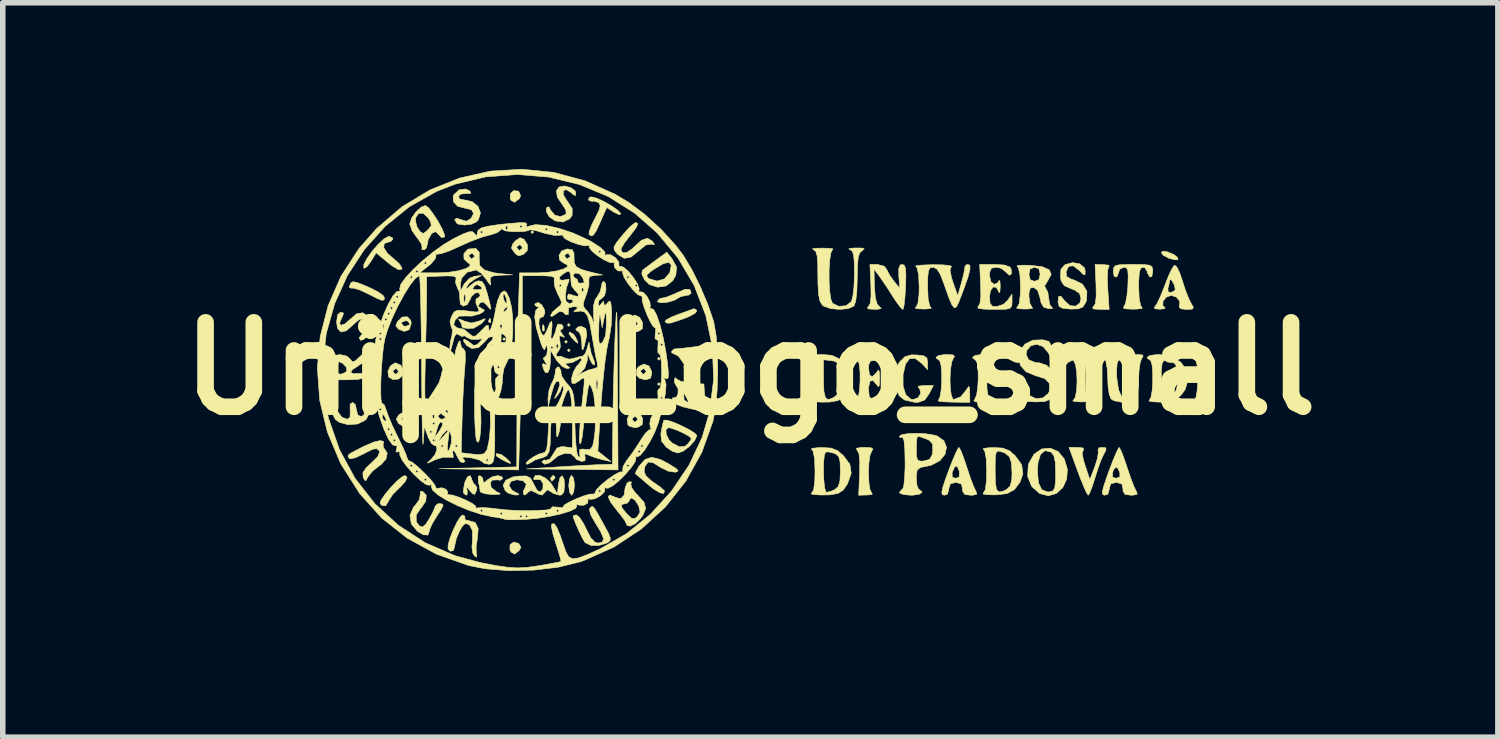
<source format=kicad_pcb>
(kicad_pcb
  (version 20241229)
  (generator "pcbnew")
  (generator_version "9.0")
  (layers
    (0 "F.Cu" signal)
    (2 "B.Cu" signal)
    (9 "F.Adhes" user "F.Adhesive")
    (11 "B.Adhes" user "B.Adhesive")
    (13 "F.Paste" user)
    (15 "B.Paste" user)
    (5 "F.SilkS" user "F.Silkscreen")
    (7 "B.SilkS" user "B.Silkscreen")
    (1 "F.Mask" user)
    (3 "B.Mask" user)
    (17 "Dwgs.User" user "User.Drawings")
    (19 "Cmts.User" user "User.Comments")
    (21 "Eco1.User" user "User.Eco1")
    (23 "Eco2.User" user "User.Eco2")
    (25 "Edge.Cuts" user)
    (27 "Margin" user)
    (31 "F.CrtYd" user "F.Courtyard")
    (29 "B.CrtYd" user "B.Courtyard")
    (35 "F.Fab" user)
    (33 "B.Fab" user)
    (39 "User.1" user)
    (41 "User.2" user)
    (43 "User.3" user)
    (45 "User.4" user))
  (footprint "Unipd_Logo_small"
    (layer "F.Cu")
    (at 10.494 3.603)
    (property "Reference" "Unipd_Logo_small" (at 0 0 0) (layer "F.SilkS") (effects (font (size 1.524 1.524) (thickness 0.3))))
    (attr through_hole)
    (fp_poly (pts (xy -4.47 -0.381) (xy -4.496 -0.356) (xy -4.521 -0.381) (xy -4.496 -0.406) (xy -4.47 -0.381)) (stroke (width 0.01) (type solid)) (fill yes) (layer "F.SilkS"))
    (fp_poly (pts (xy -4.47 -0.279) (xy -4.496 -0.254) (xy -4.521 -0.279) (xy -4.496 -0.305) (xy -4.47 -0.279)) (stroke (width 0.01) (type solid)) (fill yes) (layer "F.SilkS"))
    (fp_poly (pts (xy -4.42 -0.533) (xy -4.445 -0.508) (xy -4.47 -0.533) (xy -4.445 -0.559) (xy -4.42 -0.533)) (stroke (width 0.01) (type solid)) (fill yes) (layer "F.SilkS"))
    (fp_poly (pts (xy -3.912 -2.464) (xy -3.937 -2.438) (xy -3.962 -2.464) (xy -3.937 -2.489) (xy -3.912 -2.464)) (stroke (width 0.01) (type solid)) (fill yes) (layer "F.SilkS"))
    (fp_poly (pts (xy -3.302 -0.483) (xy -3.327 -0.457) (xy -3.353 -0.483) (xy -3.327 -0.508) (xy -3.302 -0.483)) (stroke (width 0.01) (type solid)) (fill yes) (layer "F.SilkS"))
    (fp_poly (pts (xy -3.251 -0.787) (xy -3.277 -0.762) (xy -3.302 -0.787) (xy -3.277 -0.813) (xy -3.251 -0.787)) (stroke (width 0.01) (type solid)) (fill yes) (layer "F.SilkS"))
    (fp_poly (pts (xy -3.251 -0.33) (xy -3.277 -0.305) (xy -3.302 -0.33) (xy -3.277 -0.356) (xy -3.251 -0.33)) (stroke (width 0.01) (type solid)) (fill yes) (layer "F.SilkS"))
    (fp_poly (pts (xy -1.626 -0.178) (xy -1.651 -0.152) (xy -1.676 -0.178) (xy -1.651 -0.203) (xy -1.626 -0.178)) (stroke (width 0.01) (type solid)) (fill yes) (layer "F.SilkS"))
    (fp_poly (pts (xy -1.626 0.279) (xy -1.651 0.305) (xy -1.676 0.279) (xy -1.651 0.254) (xy -1.626 0.279)) (stroke (width 0.01) (type solid)) (fill yes) (layer "F.SilkS"))
    (fp_poly (pts (xy -4.691 -0.897) (xy -4.684 -0.837) (xy -4.691 -0.83) (xy -4.721 -0.837) (xy -4.724 -0.864) (xy -4.706 -0.905) (xy -4.691 -0.897)) (stroke (width 0.01) (type solid)) (fill yes) (layer "F.SilkS"))
    (fp_poly (pts (xy -3.724 -0.772) (xy -3.718 -0.692) (xy -3.729 -0.674) (xy -3.752 -0.689) (xy -3.755 -0.741) (xy -3.743 -0.795) (xy -3.724 -0.772)) (stroke (width 0.01) (type solid)) (fill yes) (layer "F.SilkS"))
    (fp_poly (pts (xy -3.523 1.962) (xy -3.531 1.981) (xy -3.576 2.03) (xy -3.584 2.032) (xy -3.606 1.993) (xy -3.607 1.981) (xy -3.568 1.932) (xy -3.553 1.93) (xy -3.523 1.962)) (stroke (width 0.01) (type solid)) (fill yes) (layer "F.SilkS"))
    (fp_poly (pts (xy -3.194 -0.621) (xy -3.15 -0.559) (xy -3.115 -0.48) (xy -3.115 -0.457) (xy -3.159 -0.49) (xy -3.226 -0.559) (xy -3.274 -0.631) (xy -3.261 -0.66) (xy -3.194 -0.621)) (stroke (width 0.01) (type solid)) (fill yes) (layer "F.SilkS"))
    (fp_poly (pts (xy -4.498 1.551) (xy -4.403 1.62) (xy -4.332 1.694) (xy -4.33 1.715) (xy -4.402 1.685) (xy -4.495 1.637) (xy -4.586 1.576) (xy -4.587 1.538) (xy -4.579 1.535) (xy -4.498 1.551)) (stroke (width 0.01) (type solid)) (fill yes) (layer "F.SilkS"))
    (fp_poly (pts (xy -4.192 -3.203) (xy -4.176 -3.19) (xy -4.145 -3.115) (xy -4.173 -3.064) (xy -4.257 -3.001) (xy -4.32 -3.037) (xy -4.335 -3.07) (xy -4.331 -3.158) (xy -4.271 -3.212) (xy -4.192 -3.203)) (stroke (width 0.01) (type solid)) (fill yes) (layer "F.SilkS"))
    (fp_poly (pts (xy -4.182 3.157) (xy -4.179 3.159) (xy -4.141 3.227) (xy -4.171 3.283) (xy -4.254 3.348) (xy -4.317 3.314) (xy -4.34 3.268) (xy -4.336 3.177) (xy -4.271 3.132) (xy -4.182 3.157)) (stroke (width 0.01) (type solid)) (fill yes) (layer "F.SilkS"))
    (fp_poly (pts (xy 7.531 -2.106) (xy 7.647 -2.057) (xy 7.716 -2.001) (xy 7.718 -1.964) (xy 7.66 -1.964) (xy 7.556 -1.992) (xy 7.455 -2.044) (xy 7.418 -2.094) (xy 7.451 -2.119) (xy 7.531 -2.106)) (stroke (width 0.01) (type solid)) (fill yes) (layer "F.SilkS"))
    (fp_poly (pts (xy -3.192 1.975) (xy -3.175 2.085) (xy -3.175 2.108) (xy -3.188 2.226) (xy -3.219 2.284) (xy -3.226 2.286) (xy -3.259 2.241) (xy -3.276 2.132) (xy -3.277 2.108) (xy -3.264 1.991) (xy -3.232 1.932) (xy -3.226 1.93) (xy -3.192 1.975)) (stroke (width 0.01) (type solid)) (fill yes) (layer "F.SilkS"))
    (fp_poly (pts (xy -2.969 -0.722) (xy -2.952 -0.602) (xy -2.997 -0.406) (xy -3.024 -0.336) (xy -3.037 -0.348) (xy -3.042 -0.453) (xy -3.043 -0.47) (xy -3.058 -0.592) (xy -3.09 -0.657) (xy -3.099 -0.66) (xy -3.148 -0.699) (xy -3.15 -0.711) (xy -3.107 -0.752) (xy -3.048 -0.762) (xy -2.969 -0.722)) (stroke (width 0.01) (type solid)) (fill yes) (layer "F.SilkS"))
    (fp_poly (pts (xy -4.786 -0.889) (xy -4.848 -0.817) (xy -4.99 -0.73) (xy -5.086 -0.722) (xy -5.18 -0.736) (xy -5.205 -0.755) (xy -5.213 -0.807) (xy -5.241 -0.849) (xy -5.269 -0.893) (xy -5.23 -0.886) (xy -5.165 -0.858) (xy -5.032 -0.822) (xy -4.899 -0.856) (xy -4.89 -0.86) (xy -4.797 -0.9) (xy -4.786 -0.889)) (stroke (width 0.01) (type solid)) (fill yes) (layer "F.SilkS"))
    (fp_poly (pts (xy -6.196 1.959) (xy -6.225 2.034) (xy -6.314 2.135) (xy -6.347 2.165) (xy -6.455 2.273) (xy -6.523 2.377) (xy -6.529 2.39) (xy -6.583 2.477) (xy -6.651 2.472) (xy -6.683 2.434) (xy -6.666 2.376) (xy -6.597 2.275) (xy -6.497 2.154) (xy -6.388 2.04) (xy -6.293 1.958) (xy -6.238 1.93) (xy -6.196 1.959)) (stroke (width 0.01) (type solid)) (fill yes) (layer "F.SilkS"))
    (fp_poly (pts (xy -0.973 -1.056) (xy -0.965 -1.044) (xy -0.994 -1.002) (xy -1.095 -0.944) (xy -1.194 -0.904) (xy -1.358 -0.847) (xy -1.452 -0.82) (xy -1.503 -0.82) (xy -1.536 -0.842) (xy -1.541 -0.847) (xy -1.517 -0.88) (xy -1.419 -0.932) (xy -1.308 -0.976) (xy -1.157 -1.03) (xy -1.05 -1.069) (xy -1.016 -1.082) (xy -0.973 -1.056)) (stroke (width 0.01) (type solid)) (fill yes) (layer "F.SilkS"))
    (fp_poly (pts (xy -1.09 -1.427) (xy -1.067 -1.363) (xy -1.109 -1.328) (xy -1.158 -1.321) (xy -1.263 -1.297) (xy -1.298 -1.275) (xy -1.381 -1.229) (xy -1.497 -1.197) (xy -1.606 -1.187) (xy -1.671 -1.203) (xy -1.676 -1.215) (xy -1.635 -1.263) (xy -1.598 -1.27) (xy -1.506 -1.292) (xy -1.371 -1.347) (xy -1.325 -1.369) (xy -1.174 -1.432) (xy -1.09 -1.427)) (stroke (width 0.01) (type solid)) (fill yes) (layer "F.SilkS"))
    (fp_poly (pts (xy 6.375 -1.876) (xy 6.466 -1.867) (xy 6.48 -1.852) (xy 6.477 -1.85) (xy 6.453 -1.79) (xy 6.444 -1.646) (xy 6.452 -1.448) (xy 6.477 -1.067) (xy 6.299 -1.068) (xy 6.19 -1.077) (xy 6.179 -1.103) (xy 6.189 -1.111) (xy 6.227 -1.172) (xy 6.243 -1.302) (xy 6.24 -1.516) (xy 6.24 -1.517) (xy 6.223 -1.88) (xy 6.375 -1.876)) (stroke (width 0.01) (type solid)) (fill yes) (layer "F.SilkS"))
    (fp_poly (pts (xy -7.091 -1.551) (xy -6.954 -1.496) (xy -6.872 -1.461) (xy -6.727 -1.388) (xy -6.63 -1.32) (xy -6.605 -1.283) (xy -6.613 -1.239) (xy -6.65 -1.232) (xy -6.737 -1.266) (xy -6.892 -1.345) (xy -6.908 -1.354) (xy -7.051 -1.419) (xy -7.162 -1.452) (xy -7.198 -1.451) (xy -7.238 -1.463) (xy -7.231 -1.501) (xy -7.206 -1.551) (xy -7.167 -1.568) (xy -7.091 -1.551)) (stroke (width 0.01) (type solid)) (fill yes) (layer "F.SilkS"))
    (fp_poly (pts (xy -4.927 0.28) (xy -4.902 0.415) (xy -4.879 0.593) (xy -4.879 0.594) (xy -4.865 0.787) (xy -4.862 0.976) (xy -4.87 1.142) (xy -4.886 1.266) (xy -4.909 1.33) (xy -4.937 1.314) (xy -4.941 1.304) (xy -4.956 1.222) (xy -4.967 1.078) (xy -4.975 0.894) (xy -4.978 0.695) (xy -4.977 0.504) (xy -4.971 0.345) (xy -4.961 0.242) (xy -4.947 0.217) (xy -4.927 0.28)) (stroke (width 0.01) (type solid)) (fill yes) (layer "F.SilkS"))
    (fp_poly (pts (xy -6.13 -0.87) (xy -6.121 -0.813) (xy -6.156 -0.704) (xy -6.246 -0.671) (xy -6.35 -0.71) (xy -6.399 -0.771) (xy -6.383 -0.813) (xy -6.299 -0.813) (xy -6.258 -0.768) (xy -6.223 -0.762) (xy -6.155 -0.789) (xy -6.147 -0.813) (xy -6.188 -0.858) (xy -6.223 -0.864) (xy -6.291 -0.836) (xy -6.299 -0.813) (xy -6.383 -0.813) (xy -6.37 -0.849) (xy -6.282 -0.93) (xy -6.191 -0.935) (xy -6.13 -0.87)) (stroke (width 0.01) (type solid)) (fill yes) (layer "F.SilkS"))
    (fp_poly (pts (xy -5.03 1.987) (xy -5.029 2.002) (xy -4.993 2.08) (xy -4.969 2.094) (xy -4.934 2.151) (xy -4.945 2.208) (xy -4.977 2.272) (xy -5.016 2.256) (xy -5.06 2.205) (xy -5.115 2.143) (xy -5.122 2.161) (xy -5.111 2.197) (xy -5.11 2.271) (xy -5.132 2.286) (xy -5.178 2.246) (xy -5.181 2.223) (xy -5.168 2.124) (xy -5.15 2.045) (xy -5.106 1.955) (xy -5.057 1.933) (xy -5.03 1.987)) (stroke (width 0.01) (type solid)) (fill yes) (layer "F.SilkS"))
    (fp_poly (pts (xy -6.307 -0.06) (xy -6.267 0.041) (xy -6.281 0.127) (xy -6.349 0.189) (xy -6.451 0.199) (xy -6.528 0.152) (xy -6.542 0.052) (xy -6.542 0.051) (xy -6.452 0.051) (xy -6.413 0.1) (xy -6.401 0.102) (xy -6.351 0.063) (xy -6.35 0.051) (xy -6.389 0.001) (xy -6.401 0) (xy -6.45 0.039) (xy -6.452 0.051) (xy -6.542 0.051) (xy -6.497 -0.048) (xy -6.415 -0.101) (xy -6.403 -0.102) (xy -6.307 -0.06)) (stroke (width 0.01) (type solid)) (fill yes) (layer "F.SilkS"))
    (fp_poly (pts (xy -6.145 0.798) (xy -6.103 0.888) (xy -6.105 0.926) (xy -6.157 1.029) (xy -6.249 1.054) (xy -6.348 0.992) (xy -6.35 0.99) (xy -6.39 0.914) (xy -6.299 0.914) (xy -6.258 0.959) (xy -6.223 0.965) (xy -6.155 0.938) (xy -6.147 0.914) (xy -6.188 0.869) (xy -6.223 0.864) (xy -6.291 0.891) (xy -6.299 0.914) (xy -6.39 0.914) (xy -6.39 0.914) (xy -6.349 0.841) (xy -6.337 0.829) (xy -6.234 0.774) (xy -6.145 0.798)) (stroke (width 0.01) (type solid)) (fill yes) (layer "F.SilkS"))
    (fp_poly (pts (xy -4.084 -2.332) (xy -4.022 -2.234) (xy -4.027 -2.129) (xy -4.094 -2.063) (xy -4.172 -2.036) (xy -4.217 -2.053) (xy -4.257 -2.093) (xy -4.312 -2.174) (xy -4.309 -2.184) (xy -4.216 -2.184) (xy -4.178 -2.135) (xy -4.166 -2.134) (xy -4.116 -2.172) (xy -4.115 -2.184) (xy -4.153 -2.234) (xy -4.166 -2.235) (xy -4.215 -2.197) (xy -4.216 -2.184) (xy -4.309 -2.184) (xy -4.287 -2.253) (xy -4.236 -2.31) (xy -4.155 -2.362) (xy -4.084 -2.332)) (stroke (width 0.01) (type solid)) (fill yes) (layer "F.SilkS"))
    (fp_poly (pts (xy -1.828 -0.045) (xy -1.78 0.056) (xy -1.778 0.082) (xy -1.802 0.176) (xy -1.89 0.203) (xy -1.9 0.203) (xy -2.006 0.171) (xy -2.054 0.118) (xy -2.051 0.051) (xy -1.981 0.051) (xy -1.943 0.1) (xy -1.93 0.102) (xy -1.881 0.063) (xy -1.88 0.051) (xy -1.918 0.001) (xy -1.93 0) (xy -1.98 0.039) (xy -1.981 0.051) (xy -2.051 0.051) (xy -2.049 0.014) (xy -2.017 -0.036) (xy -1.919 -0.081) (xy -1.828 -0.045)) (stroke (width 0.01) (type solid)) (fill yes) (layer "F.SilkS"))
    (fp_poly (pts (xy 2.178 1.429) (xy 2.215 1.452) (xy 2.195 1.483) (xy 2.16 1.566) (xy 2.14 1.709) (xy 2.133 1.881) (xy 2.14 2.05) (xy 2.16 2.184) (xy 2.194 2.251) (xy 2.197 2.252) (xy 2.199 2.271) (xy 2.12 2.282) (xy 2.108 2.282) (xy 1.956 2.286) (xy 1.973 1.898) (xy 1.976 1.676) (xy 1.962 1.54) (xy 1.929 1.472) (xy 1.922 1.467) (xy 1.915 1.438) (xy 2.005 1.424) (xy 2.055 1.423) (xy 2.178 1.429)) (stroke (width 0.01) (type solid)) (fill yes) (layer "F.SilkS"))
    (fp_poly (pts (xy -2.412 -1.013) (xy -2.408 -0.931) (xy -2.405 -0.766) (xy -2.402 -0.511) (xy -2.399 -0.164) (xy -2.397 0.216) (xy -2.388 1.829) (xy -4.039 1.811) (xy -3.48 1.776) (xy -3.226 1.76) (xy -2.987 1.747) (xy -2.794 1.737) (xy -2.705 1.734) (xy -2.489 1.727) (xy -2.482 0.978) (xy -2.477 0.637) (xy -2.468 0.24) (xy -2.456 -0.166) (xy -2.443 -0.536) (xy -2.441 -0.584) (xy -2.431 -0.795) (xy -2.423 -0.94) (xy -2.417 -1.014) (xy -2.412 -1.013)) (stroke (width 0.01) (type solid)) (fill yes) (layer "F.SilkS"))
    (fp_poly (pts (xy -1.997 -0.923) (xy -1.944 -0.826) (xy -1.949 -0.723) (xy -1.956 -0.712) (xy -2.028 -0.668) (xy -2.083 -0.66) (xy -2.179 -0.685) (xy -2.21 -0.712) (xy -2.224 -0.812) (xy -2.224 -0.813) (xy -2.134 -0.813) (xy -2.095 -0.763) (xy -2.083 -0.762) (xy -2.033 -0.801) (xy -2.032 -0.813) (xy -2.071 -0.862) (xy -2.083 -0.864) (xy -2.132 -0.825) (xy -2.134 -0.813) (xy -2.224 -0.813) (xy -2.178 -0.912) (xy -2.095 -0.964) (xy -2.083 -0.965) (xy -1.997 -0.923)) (stroke (width 0.01) (type solid)) (fill yes) (layer "F.SilkS"))
    (fp_poly (pts (xy -1.997 0.805) (xy -1.944 0.901) (xy -1.949 1.004) (xy -1.956 1.016) (xy -2.028 1.059) (xy -2.083 1.067) (xy -2.179 1.043) (xy -2.21 1.016) (xy -2.224 0.915) (xy -2.224 0.914) (xy -2.134 0.914) (xy -2.095 0.964) (xy -2.083 0.965) (xy -2.033 0.927) (xy -2.032 0.914) (xy -2.071 0.865) (xy -2.083 0.864) (xy -2.132 0.902) (xy -2.134 0.914) (xy -2.224 0.914) (xy -2.178 0.815) (xy -2.095 0.763) (xy -2.083 0.762) (xy -1.997 0.805)) (stroke (width 0.01) (type solid)) (fill yes) (layer "F.SilkS"))
    (fp_poly (pts (xy -6.457 -2.357) (xy -6.452 -2.337) (xy -6.492 -2.291) (xy -6.522 -2.286) (xy -6.608 -2.258) (xy -6.617 -2.185) (xy -6.554 -2.084) (xy -6.453 -1.994) (xy -6.338 -1.894) (xy -6.288 -1.815) (xy -6.291 -1.791) (xy -6.351 -1.785) (xy -6.471 -1.857) (xy -6.54 -1.912) (xy -6.754 -2.089) (xy -6.849 -1.934) (xy -6.918 -1.841) (xy -6.97 -1.809) (xy -6.977 -1.812) (xy -6.977 -1.876) (xy -6.921 -1.985) (xy -6.829 -2.115) (xy -6.72 -2.241) (xy -6.614 -2.34) (xy -6.529 -2.387) (xy -6.518 -2.388) (xy -6.457 -2.357)) (stroke (width 0.01) (type solid)) (fill yes) (layer "F.SilkS"))
    (fp_poly (pts (xy -4.833 1.972) (xy -4.826 2.01) (xy -4.818 2.063) (xy -4.777 2.041) (xy -4.746 2.01) (xy -4.653 1.951) (xy -4.552 1.932) (xy -4.482 1.955) (xy -4.47 1.985) (xy -4.51 2.016) (xy -4.566 2.009) (xy -4.66 2.014) (xy -4.69 2.052) (xy -4.678 2.147) (xy -4.572 2.229) (xy -4.521 2.25) (xy -4.518 2.266) (xy -4.598 2.274) (xy -4.661 2.274) (xy -4.793 2.259) (xy -4.87 2.229) (xy -4.877 2.214) (xy -4.89 2.124) (xy -4.909 2.045) (xy -4.913 1.954) (xy -4.883 1.93) (xy -4.833 1.972)) (stroke (width 0.01) (type solid)) (fill yes) (layer "F.SilkS"))
    (fp_poly (pts (xy -2.771 -3.075) (xy -2.64 -3.014) (xy -2.503 -2.936) (xy -2.392 -2.857) (xy -2.338 -2.798) (xy -2.337 -2.791) (xy -2.372 -2.78) (xy -2.459 -2.821) (xy -2.464 -2.824) (xy -2.592 -2.908) (xy -2.706 -2.649) (xy -2.78 -2.488) (xy -2.833 -2.409) (xy -2.877 -2.395) (xy -2.912 -2.421) (xy -2.907 -2.479) (xy -2.862 -2.597) (xy -2.808 -2.703) (xy -2.733 -2.852) (xy -2.709 -2.939) (xy -2.73 -2.988) (xy -2.743 -2.997) (xy -2.825 -3.024) (xy -2.852 -3.018) (xy -2.907 -3.031) (xy -2.92 -3.047) (xy -2.908 -3.09) (xy -2.865 -3.099) (xy -2.771 -3.075)) (stroke (width 0.01) (type solid)) (fill yes) (layer "F.SilkS"))
    (fp_poly (pts (xy 4.319 -0.247) (xy 4.349 -0.222) (xy 4.328 -0.193) (xy 4.294 -0.111) (xy 4.273 0.033) (xy 4.266 0.205) (xy 4.273 0.373) (xy 4.294 0.507) (xy 4.328 0.575) (xy 4.331 0.576) (xy 4.327 0.592) (xy 4.243 0.604) (xy 4.194 0.606) (xy 4.07 0.602) (xy 4.034 0.58) (xy 4.054 0.549) (xy 4.085 0.473) (xy 4.105 0.34) (xy 4.114 0.18) (xy 4.111 0.024) (xy 4.096 -0.097) (xy 4.068 -0.152) (xy 4.064 -0.152) (xy 4.015 -0.191) (xy 4.013 -0.203) (xy 4.058 -0.236) (xy 4.169 -0.253) (xy 4.201 -0.254) (xy 4.319 -0.247)) (stroke (width 0.01) (type solid)) (fill yes) (layer "F.SilkS"))
    (fp_poly (pts (xy 6.419 1.432) (xy 6.418 1.478) (xy 6.384 1.537) (xy 6.333 1.646) (xy 6.272 1.813) (xy 6.223 1.968) (xy 6.171 2.131) (xy 6.126 2.245) (xy 6.099 2.286) (xy 6.069 2.242) (xy 6.015 2.123) (xy 5.946 1.95) (xy 5.91 1.854) (xy 5.753 1.422) (xy 5.912 1.423) (xy 6.004 1.433) (xy 6.019 1.457) (xy 6.015 1.461) (xy 5.99 1.522) (xy 6.013 1.651) (xy 6.044 1.752) (xy 6.129 2.005) (xy 6.22 1.768) (xy 6.266 1.621) (xy 6.282 1.51) (xy 6.276 1.477) (xy 6.288 1.433) (xy 6.348 1.422) (xy 6.419 1.432)) (stroke (width 0.01) (type solid)) (fill yes) (layer "F.SilkS"))
    (fp_poly (pts (xy -1.415 -1.984) (xy -1.331 -1.832) (xy -1.345 -1.684) (xy -1.4 -1.586) (xy -1.521 -1.491) (xy -1.674 -1.469) (xy -1.823 -1.517) (xy -1.911 -1.603) (xy -1.949 -1.686) (xy -1.87 -1.686) (xy -1.854 -1.642) (xy -1.829 -1.623) (xy -1.685 -1.58) (xy -1.549 -1.618) (xy -1.457 -1.726) (xy -1.452 -1.739) (xy -1.427 -1.866) (xy -1.469 -1.918) (xy -1.574 -1.893) (xy -1.743 -1.791) (xy -1.803 -1.748) (xy -1.87 -1.686) (xy -1.949 -1.686) (xy -1.959 -1.707) (xy -1.951 -1.771) (xy -1.885 -1.822) (xy -1.77 -1.908) (xy -1.707 -1.954) (xy -1.508 -2.1) (xy -1.415 -1.984)) (stroke (width 0.01) (type solid)) (fill yes) (layer "F.SilkS"))
    (fp_poly (pts (xy -1.625 1.64) (xy -1.487 1.712) (xy -1.355 1.793) (xy -1.304 1.84) (xy -1.323 1.863) (xy -1.359 1.87) (xy -1.477 1.853) (xy -1.611 1.789) (xy -1.621 1.782) (xy -1.757 1.698) (xy -1.842 1.687) (xy -1.894 1.75) (xy -1.908 1.788) (xy -1.917 1.866) (xy -1.881 1.94) (xy -1.784 2.028) (xy -1.626 2.138) (xy -1.549 2.209) (xy -1.563 2.254) (xy -1.631 2.242) (xy -1.745 2.174) (xy -1.839 2.099) (xy -1.96 1.994) (xy -2.047 1.92) (xy -2.074 1.898) (xy -2.062 1.854) (xy -2.008 1.762) (xy -2.006 1.759) (xy -1.9 1.64) (xy -1.78 1.601) (xy -1.625 1.64)) (stroke (width 0.01) (type solid)) (fill yes) (layer "F.SilkS"))
    (fp_poly (pts (xy -0.837 -0.393) (xy -0.815 -0.342) (xy -0.813 -0.271) (xy -0.847 -0.106) (xy -0.948 -0.017) (xy -1.053 0) (xy -1.172 -0.047) (xy -1.228 -0.127) (xy -1.28 -0.201) (xy -1.12 -0.201) (xy -1.082 -0.134) (xy -0.998 -0.108) (xy -0.911 -0.149) (xy -0.873 -0.216) (xy -0.888 -0.284) (xy -0.98 -0.305) (xy -0.987 -0.305) (xy -1.09 -0.274) (xy -1.12 -0.201) (xy -1.28 -0.201) (xy -1.293 -0.221) (xy -1.354 -0.254) (xy -1.417 -0.284) (xy -1.422 -0.305) (xy -1.382 -0.351) (xy -1.353 -0.356) (xy -1.264 -0.362) (xy -1.118 -0.379) (xy -1.048 -0.388) (xy -0.906 -0.404) (xy -0.837 -0.393)) (stroke (width 0.01) (type solid)) (fill yes) (layer "F.SilkS"))
    (fp_poly (pts (xy 8.271 -0.241) (xy 8.33 -0.21) (xy 8.331 -0.203) (xy 8.293 -0.154) (xy 8.28 -0.152) (xy 8.251 -0.107) (xy 8.234 0.008) (xy 8.228 0.163) (xy 8.234 0.328) (xy 8.251 0.47) (xy 8.278 0.561) (xy 8.293 0.576) (xy 8.289 0.592) (xy 8.205 0.601) (xy 8.153 0.602) (xy 8.043 0.596) (xy 8.004 0.583) (xy 8.014 0.576) (xy 8.045 0.518) (xy 8.066 0.395) (xy 8.077 0.237) (xy 8.077 0.074) (xy 8.065 -0.063) (xy 8.041 -0.143) (xy 8.026 -0.152) (xy 7.977 -0.191) (xy 7.976 -0.203) (xy 8.02 -0.237) (xy 8.13 -0.254) (xy 8.153 -0.254) (xy 8.271 -0.241)) (stroke (width 0.01) (type solid)) (fill yes) (layer "F.SilkS"))
    (fp_poly (pts (xy -5.063 -3.204) (xy -5.044 -3.164) (xy -5.113 -3.159) (xy -5.126 -3.161) (xy -5.227 -3.149) (xy -5.269 -3.111) (xy -5.247 -3.06) (xy -5.182 -3.048) (xy -5.023 -3.014) (xy -4.915 -2.927) (xy -4.871 -2.81) (xy -4.908 -2.688) (xy -4.938 -2.652) (xy -5.031 -2.607) (xy -5.16 -2.591) (xy -5.271 -2.607) (xy -5.3 -2.625) (xy -5.337 -2.691) (xy -5.296 -2.713) (xy -5.226 -2.689) (xy -5.125 -2.659) (xy -5.043 -2.708) (xy -4.994 -2.8) (xy -5.036 -2.869) (xy -5.153 -2.896) (xy -5.282 -2.929) (xy -5.36 -3.011) (xy -5.364 -3.114) (xy -5.351 -3.141) (xy -5.254 -3.226) (xy -5.137 -3.242) (xy -5.063 -3.204)) (stroke (width 0.01) (type solid)) (fill yes) (layer "F.SilkS"))
    (fp_poly (pts (xy -3.244 -3.267) (xy -3.164 -3.21) (xy -3.15 -3.17) (xy -3.159 -3.12) (xy -3.202 -3.145) (xy -3.233 -3.175) (xy -3.321 -3.231) (xy -3.374 -3.212) (xy -3.377 -3.141) (xy -3.319 -3.041) (xy -3.311 -3.033) (xy -3.215 -2.889) (xy -3.217 -2.765) (xy -3.261 -2.703) (xy -3.382 -2.646) (xy -3.523 -2.666) (xy -3.629 -2.74) (xy -3.684 -2.838) (xy -3.68 -2.901) (xy -3.639 -2.922) (xy -3.6 -2.853) (xy -3.529 -2.77) (xy -3.427 -2.743) (xy -3.337 -2.781) (xy -3.325 -2.798) (xy -3.332 -2.869) (xy -3.397 -2.965) (xy -3.398 -2.966) (xy -3.485 -3.097) (xy -3.499 -3.212) (xy -3.452 -3.278) (xy -3.355 -3.296) (xy -3.244 -3.267)) (stroke (width 0.01) (type solid)) (fill yes) (layer "F.SilkS"))
    (fp_poly (pts (xy 3.658 -0.247) (xy 3.688 -0.222) (xy 3.668 -0.193) (xy 3.634 -0.114) (xy 3.613 0.024) (xy 3.605 0.189) (xy 3.61 0.352) (xy 3.628 0.484) (xy 3.658 0.554) (xy 3.67 0.558) (xy 3.8 0.509) (xy 3.902 0.381) (xy 3.941 0.323) (xy 3.957 0.345) (xy 3.961 0.445) (xy 3.962 0.61) (xy 3.645 0.606) (xy 3.492 0.6) (xy 3.401 0.589) (xy 3.391 0.576) (xy 3.422 0.518) (xy 3.444 0.395) (xy 3.454 0.237) (xy 3.454 0.074) (xy 3.442 -0.063) (xy 3.418 -0.143) (xy 3.404 -0.152) (xy 3.354 -0.191) (xy 3.353 -0.203) (xy 3.398 -0.236) (xy 3.509 -0.253) (xy 3.541 -0.254) (xy 3.658 -0.247)) (stroke (width 0.01) (type solid)) (fill yes) (layer "F.SilkS"))
    (fp_poly (pts (xy -6.876 0.599) (xy -6.858 0.696) (xy -6.879 0.814) (xy -6.936 0.917) (xy -6.951 0.932) (xy -7.089 1) (xy -7.26 1.013) (xy -7.418 0.971) (xy -7.489 0.919) (xy -7.547 0.808) (xy -7.556 0.685) (xy -7.517 0.593) (xy -7.484 0.573) (xy -7.445 0.593) (xy -7.452 0.658) (xy -7.444 0.783) (xy -7.371 0.881) (xy -7.278 0.914) (xy -7.226 0.884) (xy -7.222 0.781) (xy -7.224 0.762) (xy -7.224 0.644) (xy -7.179 0.61) (xy -7.128 0.653) (xy -7.112 0.737) (xy -7.084 0.841) (xy -7.029 0.864) (xy -6.974 0.841) (xy -6.969 0.758) (xy -6.977 0.711) (xy -6.987 0.6) (xy -6.948 0.56) (xy -6.933 0.559) (xy -6.876 0.599)) (stroke (width 0.01) (type solid)) (fill yes) (layer "F.SilkS"))
    (fp_poly (pts (xy -5.912 2.219) (xy -5.85 2.287) (xy -5.858 2.392) (xy -5.933 2.505) (xy -5.944 2.515) (xy -6.031 2.641) (xy -6.03 2.765) (xy -5.975 2.84) (xy -5.919 2.86) (xy -5.859 2.811) (xy -5.797 2.716) (xy -5.73 2.591) (xy -5.692 2.501) (xy -5.69 2.486) (xy -5.648 2.444) (xy -5.613 2.438) (xy -5.557 2.445) (xy -5.546 2.477) (xy -5.587 2.555) (xy -5.664 2.672) (xy -5.742 2.801) (xy -5.787 2.902) (xy -5.791 2.925) (xy -5.819 3.005) (xy -5.903 3) (xy -6.008 2.938) (xy -6.119 2.805) (xy -6.144 2.649) (xy -6.079 2.5) (xy -6.042 2.461) (xy -5.972 2.362) (xy -5.96 2.279) (xy -5.955 2.216) (xy -5.912 2.219)) (stroke (width 0.01) (type solid)) (fill yes) (layer "F.SilkS"))
    (fp_poly (pts (xy -2.034 -2.62) (xy -2.032 -2.602) (xy -2.062 -2.542) (xy -2.139 -2.438) (xy -2.182 -2.386) (xy -2.274 -2.266) (xy -2.328 -2.171) (xy -2.335 -2.146) (xy -2.305 -2.089) (xy -2.228 -2.097) (xy -2.129 -2.164) (xy -2.104 -2.189) (xy -1.965 -2.316) (xy -1.857 -2.353) (xy -1.771 -2.302) (xy -1.771 -2.301) (xy -1.729 -2.24) (xy -1.76 -2.238) (xy -1.785 -2.247) (xy -1.883 -2.232) (xy -2.01 -2.13) (xy -2.01 -2.13) (xy -2.153 -2.013) (xy -2.276 -1.99) (xy -2.391 -2.06) (xy -2.41 -2.08) (xy -2.456 -2.139) (xy -2.461 -2.195) (xy -2.416 -2.273) (xy -2.314 -2.4) (xy -2.306 -2.41) (xy -2.164 -2.567) (xy -2.073 -2.638) (xy -2.034 -2.62)) (stroke (width 0.01) (type solid)) (fill yes) (layer "F.SilkS"))
    (fp_poly (pts (xy -7.342 -1.001) (xy -7.362 -0.94) (xy -7.376 -0.917) (xy -7.416 -0.818) (xy -7.39 -0.781) (xy -7.315 -0.808) (xy -7.235 -0.879) (xy -7.106 -0.989) (xy -6.996 -1.007) (xy -6.888 -0.937) (xy -6.887 -0.936) (xy -6.817 -0.831) (xy -6.829 -0.718) (xy -6.886 -0.621) (xy -6.967 -0.534) (xy -7.033 -0.508) (xy -7.061 -0.553) (xy -7.061 -0.553) (xy -7.021 -0.608) (xy -6.981 -0.629) (xy -6.927 -0.695) (xy -6.922 -0.796) (xy -6.964 -0.882) (xy -6.995 -0.901) (xy -7.066 -0.88) (xy -7.159 -0.802) (xy -7.169 -0.791) (xy -7.294 -0.681) (xy -7.392 -0.661) (xy -7.453 -0.73) (xy -7.468 -0.838) (xy -7.451 -0.969) (xy -7.399 -1.016) (xy -7.391 -1.016) (xy -7.342 -1.001)) (stroke (width 0.01) (type solid)) (fill yes) (layer "F.SilkS"))
    (fp_poly (pts (xy -6.618 1.316) (xy -6.629 1.372) (xy -6.621 1.434) (xy -6.605 1.447) (xy -6.554 1.527) (xy -6.577 1.633) (xy -6.667 1.735) (xy -6.702 1.758) (xy -6.821 1.851) (xy -6.899 1.951) (xy -6.9 1.952) (xy -6.94 2.025) (xy -6.967 2.008) (xy -6.988 1.96) (xy -6.994 1.881) (xy -6.936 1.792) (xy -6.842 1.706) (xy -6.725 1.591) (xy -6.692 1.509) (xy -6.702 1.479) (xy -6.744 1.445) (xy -6.818 1.457) (xy -6.948 1.521) (xy -6.979 1.538) (xy -7.125 1.608) (xy -7.221 1.629) (xy -7.244 1.618) (xy -7.261 1.585) (xy -7.254 1.557) (xy -7.202 1.521) (xy -7.09 1.462) (xy -6.97 1.401) (xy -6.801 1.328) (xy -6.678 1.299) (xy -6.618 1.316)) (stroke (width 0.01) (type solid)) (fill yes) (layer "F.SilkS"))
    (fp_poly (pts (xy -5.149 2.67) (xy -5.156 2.692) (xy -5.142 2.733) (xy -5.089 2.743) (xy -4.965 2.779) (xy -4.912 2.888) (xy -4.927 3.069) (xy -4.949 3.212) (xy -4.947 3.32) (xy -4.944 3.334) (xy -4.937 3.396) (xy -4.949 3.404) (xy -4.993 3.363) (xy -5.012 3.325) (xy -5.025 3.222) (xy -5.015 3.082) (xy -5.014 3.077) (xy -5.016 2.925) (xy -5.069 2.822) (xy -5.14 2.794) (xy -5.192 2.837) (xy -5.254 2.941) (xy -5.307 3.068) (xy -5.333 3.183) (xy -5.334 3.198) (xy -5.36 3.285) (xy -5.417 3.297) (xy -5.456 3.259) (xy -5.456 3.186) (xy -5.42 3.059) (xy -5.361 2.91) (xy -5.293 2.77) (xy -5.23 2.671) (xy -5.191 2.642) (xy -5.149 2.67)) (stroke (width 0.01) (type solid)) (fill yes) (layer "F.SilkS"))
    (fp_poly (pts (xy 5.559 1.499) (xy 5.668 1.633) (xy 5.724 1.82) (xy 5.71 1.998) (xy 5.639 2.15) (xy 5.524 2.255) (xy 5.38 2.296) (xy 5.225 2.257) (xy 5.079 2.128) (xy 5.006 1.947) (xy 5.011 1.85) (xy 5.182 1.85) (xy 5.201 2.062) (xy 5.261 2.186) (xy 5.366 2.227) (xy 5.41 2.224) (xy 5.466 2.205) (xy 5.496 2.15) (xy 5.509 2.038) (xy 5.512 1.885) (xy 5.505 1.69) (xy 5.479 1.572) (xy 5.431 1.51) (xy 5.427 1.507) (xy 5.32 1.481) (xy 5.24 1.546) (xy 5.193 1.694) (xy 5.182 1.85) (xy 5.011 1.85) (xy 5.017 1.741) (xy 5.026 1.713) (xy 5.121 1.546) (xy 5.259 1.452) (xy 5.413 1.436) (xy 5.559 1.499)) (stroke (width 0.01) (type solid)) (fill yes) (layer "F.SilkS"))
    (fp_poly (pts (xy -2.808 2.53) (xy -2.75 2.626) (xy -2.657 2.795) (xy -2.651 2.805) (xy -2.566 2.962) (xy -2.528 3.054) (xy -2.531 3.106) (xy -2.572 3.14) (xy -2.588 3.148) (xy -2.735 3.194) (xy -2.881 3.191) (xy -2.983 3.14) (xy -2.986 3.137) (xy -3.03 3.063) (xy -3.09 2.939) (xy -3.15 2.805) (xy -3.191 2.698) (xy -3.2 2.661) (xy -3.16 2.644) (xy -3.137 2.643) (xy -3.083 2.686) (xy -3.011 2.797) (xy -2.962 2.897) (xy -2.879 3.058) (xy -2.802 3.136) (xy -2.746 3.15) (xy -2.666 3.13) (xy -2.651 3.065) (xy -2.701 2.944) (xy -2.793 2.795) (xy -2.882 2.639) (xy -2.905 2.54) (xy -2.895 2.519) (xy -2.867 2.492) (xy -2.842 2.491) (xy -2.808 2.53)) (stroke (width 0.01) (type solid)) (fill yes) (layer "F.SilkS"))
    (fp_poly (pts (xy -1.497 0.933) (xy -1.38 0.972) (xy -1.238 1.034) (xy -1.101 1.104) (xy -1 1.168) (xy -0.965 1.209) (xy -1.005 1.301) (xy -1.1 1.406) (xy -1.214 1.491) (xy -1.309 1.524) (xy -1.412 1.491) (xy -1.52 1.415) (xy -1.601 1.312) (xy -1.615 1.189) (xy -1.608 1.13) (xy -1.602 1.103) (xy -1.523 1.103) (xy -1.518 1.186) (xy -1.471 1.282) (xy -1.411 1.343) (xy -1.28 1.413) (xy -1.182 1.404) (xy -1.128 1.361) (xy -1.074 1.287) (xy -1.067 1.261) (xy -1.109 1.22) (xy -1.21 1.164) (xy -1.333 1.109) (xy -1.441 1.073) (xy -1.479 1.067) (xy -1.523 1.103) (xy -1.602 1.103) (xy -1.583 1.006) (xy -1.561 0.935) (xy -1.558 0.931) (xy -1.497 0.933)) (stroke (width 0.01) (type solid)) (fill yes) (layer "F.SilkS"))
    (fp_poly (pts (xy 3.002 -0.246) (xy 3.132 -0.23) (xy 3.188 -0.19) (xy 3.2 -0.107) (xy 3.2 0.019) (xy 3.097 -0.092) (xy 2.974 -0.185) (xy 2.874 -0.18) (xy 2.801 -0.08) (xy 2.757 0.113) (xy 2.757 0.113) (xy 2.758 0.321) (xy 2.807 0.473) (xy 2.898 0.552) (xy 2.943 0.559) (xy 3.031 0.524) (xy 3.076 0.446) (xy 3.058 0.366) (xy 3.037 0.348) (xy 3.029 0.319) (xy 3.116 0.306) (xy 3.138 0.306) (xy 3.305 0.305) (xy 3.226 0.457) (xy 3.148 0.567) (xy 3.04 0.607) (xy 2.972 0.61) (xy 2.784 0.567) (xy 2.694 0.498) (xy 2.61 0.339) (xy 2.595 0.145) (xy 2.649 -0.046) (xy 2.697 -0.122) (xy 2.793 -0.215) (xy 2.91 -0.247) (xy 3.002 -0.246)) (stroke (width 0.01) (type solid)) (fill yes) (layer "F.SilkS"))
    (fp_poly (pts (xy 6.296 -0.089) (xy 6.291 0.015) (xy 6.276 0.027) (xy 6.247 -0.038) (xy 6.183 -0.127) (xy 6.123 -0.152) (xy 6.081 -0.133) (xy 6.057 -0.06) (xy 6.046 0.084) (xy 6.045 0.199) (xy 6.055 0.423) (xy 6.084 0.549) (xy 6.109 0.576) (xy 6.105 0.592) (xy 6.021 0.601) (xy 5.969 0.602) (xy 5.858 0.596) (xy 5.82 0.583) (xy 5.829 0.576) (xy 5.867 0.515) (xy 5.89 0.39) (xy 5.898 0.231) (xy 5.891 0.068) (xy 5.871 -0.067) (xy 5.837 -0.144) (xy 5.819 -0.152) (xy 5.735 -0.113) (xy 5.696 -0.064) (xy 5.642 -0.002) (xy 5.611 -0.026) (xy 5.617 -0.124) (xy 5.621 -0.142) (xy 5.648 -0.203) (xy 5.703 -0.237) (xy 5.812 -0.251) (xy 5.975 -0.254) (xy 6.299 -0.254) (xy 6.296 -0.089)) (stroke (width 0.01) (type solid)) (fill yes) (layer "F.SilkS"))
    (fp_poly (pts (xy -1.332 0.187) (xy -1.262 0.227) (xy -1.129 0.257) (xy -1.066 0.263) (xy -0.838 0.279) (xy -0.823 0.521) (xy -0.818 0.654) (xy -0.837 0.728) (xy -0.899 0.753) (xy -1.023 0.737) (xy -1.206 0.694) (xy -1.342 0.646) (xy -1.416 0.59) (xy -1.422 0.571) (xy -1.398 0.525) (xy -1.377 0.53) (xy -1.331 0.512) (xy -1.317 0.48) (xy -1.201 0.48) (xy -1.194 0.568) (xy -1.139 0.603) (xy -1.032 0.61) (xy -0.915 0.601) (xy -0.872 0.562) (xy -0.873 0.495) (xy -0.916 0.406) (xy -1.027 0.368) (xy -1.041 0.366) (xy -1.15 0.368) (xy -1.193 0.418) (xy -1.201 0.48) (xy -1.317 0.48) (xy -1.306 0.457) (xy -1.304 0.362) (xy -1.326 0.327) (xy -1.366 0.258) (xy -1.371 0.213) (xy -1.358 0.162) (xy -1.332 0.187)) (stroke (width 0.01) (type solid)) (fill yes) (layer "F.SilkS"))
    (fp_poly (pts (xy -6.96 -0.202) (xy -7.005 -0.101) (xy -7.087 -0.042) (xy -7.18 0.017) (xy -7.214 0.065) (xy -7.171 0.093) (xy -7.087 0.089) (xy -6.984 0.091) (xy -6.96 0.134) (xy -6.989 0.174) (xy -7.088 0.196) (xy -7.272 0.203) (xy -7.29 0.203) (xy -7.62 0.203) (xy -7.62 0.055) (xy -7.616 0.003) (xy -7.518 0.003) (xy -7.48 0.078) (xy -7.394 0.103) (xy -7.307 0.07) (xy -7.285 0.043) (xy -7.292 -0.024) (xy -7.355 -0.093) (xy -7.436 -0.129) (xy -7.475 -0.122) (xy -7.511 -0.055) (xy -7.518 0.003) (xy -7.616 0.003) (xy -7.61 -0.082) (xy -7.589 -0.174) (xy -7.519 -0.235) (xy -7.403 -0.252) (xy -7.287 -0.226) (xy -7.223 -0.171) (xy -7.182 -0.121) (xy -7.13 -0.139) (xy -7.068 -0.196) (xy -6.992 -0.268) (xy -6.964 -0.269) (xy -6.96 -0.202)) (stroke (width 0.01) (type solid)) (fill yes) (layer "F.SilkS"))
    (fp_poly (pts (xy 2.295 -1.88) (xy 2.417 -1.847) (xy 2.461 -1.791) (xy 2.514 -1.688) (xy 2.594 -1.575) (xy 2.698 -1.448) (xy 2.681 -1.664) (xy 2.679 -1.805) (xy 2.705 -1.869) (xy 2.742 -1.88) (xy 2.781 -1.864) (xy 2.802 -1.803) (xy 2.808 -1.679) (xy 2.803 -1.473) (xy 2.791 -1.285) (xy 2.775 -1.142) (xy 2.757 -1.071) (xy 2.752 -1.067) (xy 2.709 -1.107) (xy 2.633 -1.209) (xy 2.568 -1.308) (xy 2.465 -1.47) (xy 2.367 -1.614) (xy 2.325 -1.673) (xy 2.232 -1.796) (xy 2.241 -1.481) (xy 2.256 -1.28) (xy 2.29 -1.162) (xy 2.332 -1.117) (xy 2.363 -1.086) (xy 2.308 -1.071) (xy 2.235 -1.069) (xy 2.126 -1.077) (xy 2.114 -1.103) (xy 2.125 -1.111) (xy 2.163 -1.172) (xy 2.179 -1.302) (xy 2.176 -1.516) (xy 2.176 -1.517) (xy 2.159 -1.88) (xy 2.295 -1.88)) (stroke (width 0.01) (type solid)) (fill yes) (layer "F.SilkS"))
    (fp_poly (pts (xy -5.807 -2.901) (xy -5.727 -2.797) (xy -5.64 -2.663) (xy -5.566 -2.527) (xy -5.522 -2.419) (xy -5.52 -2.375) (xy -5.57 -2.364) (xy -5.619 -2.412) (xy -5.679 -2.472) (xy -5.737 -2.448) (xy -5.759 -2.427) (xy -5.817 -2.323) (xy -5.825 -2.261) (xy -5.851 -2.172) (xy -5.887 -2.145) (xy -5.932 -2.149) (xy -5.924 -2.174) (xy -5.934 -2.243) (xy -5.999 -2.344) (xy -6.019 -2.366) (xy -6.105 -2.488) (xy -6.146 -2.603) (xy -6.147 -2.615) (xy -6.128 -2.672) (xy -6.045 -2.672) (xy -6.02 -2.564) (xy -5.961 -2.471) (xy -5.904 -2.438) (xy -5.858 -2.47) (xy -5.808 -2.516) (xy -5.759 -2.582) (xy -5.772 -2.652) (xy -5.812 -2.718) (xy -5.903 -2.803) (xy -5.988 -2.803) (xy -6.04 -2.723) (xy -6.045 -2.672) (xy -6.128 -2.672) (xy -6.113 -2.718) (xy -6.032 -2.831) (xy -5.936 -2.917) (xy -5.864 -2.943) (xy -5.807 -2.901)) (stroke (width 0.01) (type solid)) (fill yes) (layer "F.SilkS"))
    (fp_poly (pts (xy 4.554 1.435) (xy 4.672 1.48) (xy 4.779 1.571) (xy 4.899 1.736) (xy 4.92 1.902) (xy 4.869 2.048) (xy 4.768 2.184) (xy 4.632 2.257) (xy 4.433 2.28) (xy 4.394 2.28) (xy 4.263 2.275) (xy 4.199 2.263) (xy 4.204 2.252) (xy 4.242 2.186) (xy 4.263 2.022) (xy 4.267 1.854) (xy 4.267 1.851) (xy 4.42 1.851) (xy 4.424 2.059) (xy 4.443 2.18) (xy 4.486 2.227) (xy 4.56 2.215) (xy 4.626 2.183) (xy 4.69 2.121) (xy 4.719 2.01) (xy 4.724 1.891) (xy 4.714 1.704) (xy 4.677 1.592) (xy 4.6 1.527) (xy 4.534 1.502) (xy 4.476 1.489) (xy 4.442 1.507) (xy 4.425 1.575) (xy 4.42 1.713) (xy 4.42 1.851) (xy 4.267 1.851) (xy 4.258 1.624) (xy 4.232 1.491) (xy 4.204 1.456) (xy 4.211 1.441) (xy 4.299 1.43) (xy 4.385 1.426) (xy 4.554 1.435)) (stroke (width 0.01) (type solid)) (fill yes) (layer "F.SilkS"))
    (fp_poly (pts (xy 6.685 1.468) (xy 6.733 1.585) (xy 6.791 1.753) (xy 6.803 1.791) (xy 6.867 1.977) (xy 6.925 2.129) (xy 6.968 2.217) (xy 6.972 2.223) (xy 6.984 2.268) (xy 6.914 2.285) (xy 6.873 2.286) (xy 6.765 2.272) (xy 6.728 2.214) (xy 6.727 2.172) (xy 6.707 2.084) (xy 6.62 2.058) (xy 6.604 2.057) (xy 6.508 2.078) (xy 6.481 2.157) (xy 6.481 2.172) (xy 6.454 2.267) (xy 6.4 2.286) (xy 6.363 2.275) (xy 6.354 2.23) (xy 6.376 2.134) (xy 6.431 1.969) (xy 6.463 1.88) (xy 6.538 1.88) (xy 6.541 1.961) (xy 6.604 1.981) (xy 6.671 1.955) (xy 6.67 1.88) (xy 6.632 1.797) (xy 6.604 1.778) (xy 6.561 1.82) (xy 6.538 1.88) (xy 6.463 1.88) (xy 6.472 1.855) (xy 6.544 1.665) (xy 6.606 1.518) (xy 6.647 1.434) (xy 6.657 1.423) (xy 6.685 1.468)) (stroke (width 0.01) (type solid)) (fill yes) (layer "F.SilkS"))
    (fp_poly (pts (xy 7.095 -1.878) (xy 7.201 -1.867) (xy 7.25 -1.839) (xy 7.264 -1.786) (xy 7.264 -1.75) (xy 7.248 -1.663) (xy 7.214 -1.651) (xy 7.167 -1.725) (xy 7.163 -1.756) (xy 7.122 -1.82) (xy 7.087 -1.829) (xy 7.045 -1.808) (xy 7.021 -1.732) (xy 7.011 -1.583) (xy 7.01 -1.477) (xy 7.02 -1.253) (xy 7.049 -1.128) (xy 7.074 -1.1) (xy 7.068 -1.085) (xy 6.981 -1.074) (xy 6.909 -1.072) (xy 6.787 -1.077) (xy 6.732 -1.093) (xy 6.739 -1.106) (xy 6.771 -1.172) (xy 6.798 -1.31) (xy 6.815 -1.486) (xy 6.821 -1.67) (xy 6.813 -1.774) (xy 6.787 -1.819) (xy 6.744 -1.829) (xy 6.669 -1.795) (xy 6.655 -1.756) (xy 6.624 -1.669) (xy 6.604 -1.651) (xy 6.566 -1.669) (xy 6.553 -1.75) (xy 6.558 -1.818) (xy 6.588 -1.856) (xy 6.664 -1.874) (xy 6.809 -1.879) (xy 6.909 -1.88) (xy 7.095 -1.878)) (stroke (width 0.01) (type solid)) (fill yes) (layer "F.SilkS"))
    (fp_poly (pts (xy 1.471 -0.239) (xy 1.595 -0.181) (xy 1.68 -0.106) (xy 1.797 0.052) (xy 1.821 0.211) (xy 1.756 0.4) (xy 1.754 0.403) (xy 1.679 0.515) (xy 1.581 0.578) (xy 1.43 0.604) (xy 1.279 0.606) (xy 1.154 0.599) (xy 1.098 0.585) (xy 1.105 0.576) (xy 1.136 0.518) (xy 1.158 0.395) (xy 1.168 0.237) (xy 1.168 0.2) (xy 1.321 0.2) (xy 1.328 0.408) (xy 1.355 0.525) (xy 1.408 0.561) (xy 1.496 0.526) (xy 1.543 0.494) (xy 1.596 0.429) (xy 1.618 0.321) (xy 1.616 0.151) (xy 1.603 -0.009) (xy 1.578 -0.095) (xy 1.528 -0.131) (xy 1.46 -0.143) (xy 1.321 -0.159) (xy 1.321 0.2) (xy 1.168 0.2) (xy 1.168 0.074) (xy 1.156 -0.063) (xy 1.132 -0.143) (xy 1.118 -0.152) (xy 1.068 -0.191) (xy 1.067 -0.203) (xy 1.112 -0.233) (xy 1.227 -0.252) (xy 1.299 -0.254) (xy 1.471 -0.239)) (stroke (width 0.01) (type solid)) (fill yes) (layer "F.SilkS"))
    (fp_poly (pts (xy 3.794 1.467) (xy 3.842 1.586) (xy 3.899 1.754) (xy 3.911 1.791) (xy 3.973 1.977) (xy 4.031 2.129) (xy 4.073 2.217) (xy 4.077 2.223) (xy 4.089 2.268) (xy 4.018 2.285) (xy 3.977 2.286) (xy 3.87 2.272) (xy 3.833 2.214) (xy 3.831 2.172) (xy 3.811 2.084) (xy 3.725 2.058) (xy 3.708 2.057) (xy 3.612 2.078) (xy 3.585 2.157) (xy 3.585 2.172) (xy 3.558 2.267) (xy 3.503 2.286) (xy 3.466 2.275) (xy 3.456 2.232) (xy 3.476 2.139) (xy 3.53 1.978) (xy 3.566 1.879) (xy 3.643 1.879) (xy 3.645 1.961) (xy 3.706 1.981) (xy 3.77 1.957) (xy 3.774 1.867) (xy 3.772 1.855) (xy 3.736 1.764) (xy 3.69 1.771) (xy 3.645 1.872) (xy 3.643 1.879) (xy 3.566 1.879) (xy 3.575 1.855) (xy 3.648 1.665) (xy 3.711 1.517) (xy 3.754 1.434) (xy 3.765 1.423) (xy 3.794 1.467)) (stroke (width 0.01) (type solid)) (fill yes) (layer "F.SilkS"))
    (fp_poly (pts (xy 5.946 -1.89) (xy 6.03 -1.821) (xy 6.045 -1.763) (xy 6.041 -1.694) (xy 6.013 -1.696) (xy 5.94 -1.771) (xy 5.939 -1.771) (xy 5.828 -1.855) (xy 5.746 -1.846) (xy 5.7 -1.746) (xy 5.699 -1.741) (xy 5.712 -1.659) (xy 5.795 -1.612) (xy 5.842 -1.6) (xy 5.996 -1.524) (xy 6.076 -1.394) (xy 6.069 -1.233) (xy 6.054 -1.193) (xy 6.002 -1.112) (xy 5.92 -1.077) (xy 5.779 -1.074) (xy 5.641 -1.087) (xy 5.576 -1.121) (xy 5.556 -1.194) (xy 5.555 -1.202) (xy 5.564 -1.301) (xy 5.607 -1.306) (xy 5.68 -1.216) (xy 5.68 -1.216) (xy 5.77 -1.136) (xy 5.872 -1.127) (xy 5.948 -1.183) (xy 5.969 -1.263) (xy 5.943 -1.357) (xy 5.85 -1.42) (xy 5.791 -1.441) (xy 5.667 -1.497) (xy 5.611 -1.58) (xy 5.598 -1.66) (xy 5.607 -1.794) (xy 5.676 -1.872) (xy 5.686 -1.877) (xy 5.82 -1.913) (xy 5.946 -1.89)) (stroke (width 0.01) (type solid)) (fill yes) (layer "F.SilkS"))
    (fp_poly (pts (xy 7.607 -0.216) (xy 7.772 -0.114) (xy 7.874 0.032) (xy 7.902 0.204) (xy 7.847 0.382) (xy 7.774 0.481) (xy 7.678 0.562) (xy 7.563 0.599) (xy 7.395 0.606) (xy 7.263 0.599) (xy 7.197 0.586) (xy 7.201 0.576) (xy 7.232 0.518) (xy 7.254 0.395) (xy 7.264 0.237) (xy 7.264 0.203) (xy 7.417 0.203) (xy 7.427 0.417) (xy 7.459 0.536) (xy 7.518 0.565) (xy 7.608 0.511) (xy 7.642 0.479) (xy 7.694 0.373) (xy 7.719 0.217) (xy 7.714 0.055) (xy 7.678 -0.068) (xy 7.661 -0.091) (xy 7.559 -0.145) (xy 7.508 -0.152) (xy 7.46 -0.14) (xy 7.432 -0.088) (xy 7.42 0.025) (xy 7.417 0.203) (xy 7.264 0.203) (xy 7.264 0.074) (xy 7.252 -0.063) (xy 7.228 -0.143) (xy 7.214 -0.152) (xy 7.164 -0.191) (xy 7.163 -0.203) (xy 7.208 -0.234) (xy 7.323 -0.252) (xy 7.389 -0.254) (xy 7.607 -0.216)) (stroke (width 0.01) (type solid)) (fill yes) (layer "F.SilkS"))
    (fp_poly (pts (xy -2.145 2.047) (xy -2.156 2.078) (xy -2.145 2.147) (xy -2.069 2.25) (xy -2.036 2.282) (xy -1.919 2.413) (xy -1.888 2.525) (xy -1.939 2.647) (xy -1.985 2.711) (xy -2.078 2.8) (xy -2.167 2.844) (xy -2.226 2.834) (xy -2.235 2.803) (xy -2.266 2.744) (xy -2.345 2.637) (xy -2.419 2.547) (xy -2.487 2.456) (xy -2.327 2.456) (xy -2.316 2.516) (xy -2.225 2.627) (xy -2.142 2.703) (xy -2.085 2.707) (xy -2.039 2.67) (xy -1.991 2.592) (xy -2.011 2.491) (xy -2.022 2.466) (xy -2.084 2.373) (xy -2.146 2.335) (xy -2.182 2.365) (xy -2.184 2.388) (xy -2.226 2.433) (xy -2.261 2.438) (xy -2.327 2.456) (xy -2.487 2.456) (xy -2.523 2.409) (xy -2.564 2.318) (xy -2.543 2.282) (xy -2.458 2.313) (xy -2.438 2.325) (xy -2.339 2.35) (xy -2.278 2.285) (xy -2.261 2.163) (xy -2.228 2.071) (xy -2.19 2.043) (xy -2.145 2.047)) (stroke (width 0.01) (type solid)) (fill yes) (layer "F.SilkS"))
    (fp_poly (pts (xy 7.085 -0.245) (xy 7.087 -0.211) (xy 7.071 -0.193) (xy 7.038 -0.111) (xy 7.016 0.039) (xy 7.01 0.178) (xy 7.001 0.356) (xy 6.976 0.493) (xy 6.949 0.549) (xy 6.845 0.596) (xy 6.699 0.607) (xy 6.564 0.58) (xy 6.513 0.549) (xy 6.479 0.467) (xy 6.457 0.317) (xy 6.452 0.178) (xy 6.442 -0.001) (xy 6.417 -0.137) (xy 6.391 -0.193) (xy 6.372 -0.233) (xy 6.431 -0.251) (xy 6.518 -0.254) (xy 6.639 -0.242) (xy 6.703 -0.212) (xy 6.706 -0.203) (xy 6.667 -0.154) (xy 6.652 -0.152) (xy 6.623 -0.105) (xy 6.612 0.03) (xy 6.614 0.16) (xy 6.647 0.384) (xy 6.709 0.519) (xy 6.785 0.566) (xy 6.862 0.526) (xy 6.924 0.402) (xy 6.957 0.195) (xy 6.96 0.117) (xy 6.951 -0.033) (xy 6.929 -0.131) (xy 6.909 -0.152) (xy 6.859 -0.191) (xy 6.858 -0.203) (xy 6.902 -0.24) (xy 6.995 -0.254) (xy 7.085 -0.245)) (stroke (width 0.01) (type solid)) (fill yes) (layer "F.SilkS"))
    (fp_poly (pts (xy 1.455 1.435) (xy 1.573 1.48) (xy 1.68 1.571) (xy 1.797 1.728) (xy 1.821 1.888) (xy 1.756 2.076) (xy 1.754 2.079) (xy 1.679 2.192) (xy 1.581 2.255) (xy 1.43 2.28) (xy 1.279 2.282) (xy 1.154 2.275) (xy 1.098 2.262) (xy 1.105 2.252) (xy 1.144 2.186) (xy 1.164 2.022) (xy 1.168 1.854) (xy 1.168 1.852) (xy 1.32 1.852) (xy 1.327 2.015) (xy 1.341 2.15) (xy 1.364 2.227) (xy 1.375 2.235) (xy 1.461 2.213) (xy 1.527 2.183) (xy 1.587 2.129) (xy 1.617 2.033) (xy 1.626 1.866) (xy 1.626 1.851) (xy 1.62 1.685) (xy 1.597 1.593) (xy 1.546 1.544) (xy 1.511 1.528) (xy 1.408 1.503) (xy 1.359 1.508) (xy 1.336 1.567) (xy 1.323 1.692) (xy 1.32 1.852) (xy 1.168 1.852) (xy 1.16 1.624) (xy 1.133 1.491) (xy 1.105 1.456) (xy 1.112 1.441) (xy 1.2 1.43) (xy 1.287 1.426) (xy 1.455 1.435)) (stroke (width 0.01) (type solid)) (fill yes) (layer "F.SilkS"))
    (fp_poly (pts (xy 7.7 -1.832) (xy 7.753 -1.724) (xy 7.797 -1.59) (xy 7.856 -1.409) (xy 7.918 -1.254) (xy 7.955 -1.181) (xy 7.999 -1.102) (xy 7.974 -1.072) (xy 7.872 -1.067) (xy 7.773 -1.079) (xy 7.743 -1.11) (xy 7.744 -1.113) (xy 7.754 -1.208) (xy 7.693 -1.29) (xy 7.595 -1.321) (xy 7.506 -1.288) (xy 7.45 -1.215) (xy 7.446 -1.137) (xy 7.486 -1.099) (xy 7.484 -1.082) (xy 7.403 -1.072) (xy 7.391 -1.072) (xy 7.303 -1.079) (xy 7.292 -1.103) (xy 7.296 -1.106) (xy 7.34 -1.169) (xy 7.403 -1.302) (xy 7.463 -1.452) (xy 7.538 -1.452) (xy 7.543 -1.384) (xy 7.589 -1.372) (xy 7.66 -1.404) (xy 7.67 -1.435) (xy 7.653 -1.508) (xy 7.617 -1.578) (xy 7.583 -1.613) (xy 7.57 -1.592) (xy 7.552 -1.493) (xy 7.538 -1.452) (xy 7.463 -1.452) (xy 7.473 -1.476) (xy 7.48 -1.496) (xy 7.548 -1.67) (xy 7.611 -1.802) (xy 7.656 -1.865) (xy 7.66 -1.867) (xy 7.7 -1.832)) (stroke (width 0.01) (type solid)) (fill yes) (layer "F.SilkS"))
    (fp_poly (pts (xy 4.408 -1.88) (xy 4.586 -1.869) (xy 4.681 -1.835) (xy 4.707 -1.801) (xy 4.716 -1.712) (xy 4.677 -1.684) (xy 4.619 -1.736) (xy 4.616 -1.74) (xy 4.531 -1.809) (xy 4.442 -1.829) (xy 4.353 -1.812) (xy 4.321 -1.741) (xy 4.318 -1.676) (xy 4.343 -1.567) (xy 4.401 -1.52) (xy 4.465 -1.547) (xy 4.488 -1.587) (xy 4.504 -1.587) (xy 4.511 -1.505) (xy 4.511 -1.473) (xy 4.505 -1.381) (xy 4.491 -1.37) (xy 4.486 -1.384) (xy 4.439 -1.469) (xy 4.38 -1.47) (xy 4.333 -1.399) (xy 4.318 -1.295) (xy 4.328 -1.175) (xy 4.37 -1.126) (xy 4.442 -1.118) (xy 4.569 -1.159) (xy 4.645 -1.231) (xy 4.724 -1.343) (xy 4.724 -1.205) (xy 4.72 -1.132) (xy 4.692 -1.091) (xy 4.618 -1.072) (xy 4.476 -1.068) (xy 4.381 -1.068) (xy 4.208 -1.073) (xy 4.113 -1.089) (xy 4.107 -1.111) (xy 4.144 -1.172) (xy 4.161 -1.302) (xy 4.157 -1.516) (xy 4.157 -1.517) (xy 4.14 -1.88) (xy 4.408 -1.88)) (stroke (width 0.01) (type solid)) (fill yes) (layer "F.SilkS"))
    (fp_poly (pts (xy 5.049 -1.864) (xy 5.269 -1.839) (xy 5.397 -1.783) (xy 5.431 -1.698) (xy 5.37 -1.586) (xy 5.367 -1.583) (xy 5.312 -1.492) (xy 5.331 -1.45) (xy 5.37 -1.379) (xy 5.385 -1.271) (xy 5.405 -1.157) (xy 5.448 -1.098) (xy 5.455 -1.081) (xy 5.385 -1.081) (xy 5.294 -1.109) (xy 5.247 -1.191) (xy 5.232 -1.269) (xy 5.187 -1.412) (xy 5.118 -1.464) (xy 5.057 -1.455) (xy 5.032 -1.381) (xy 5.029 -1.303) (xy 5.046 -1.178) (xy 5.086 -1.104) (xy 5.093 -1.1) (xy 5.089 -1.085) (xy 5.005 -1.076) (xy 4.953 -1.075) (xy 4.842 -1.08) (xy 4.804 -1.094) (xy 4.813 -1.1) (xy 4.853 -1.17) (xy 4.874 -1.338) (xy 4.877 -1.473) (xy 4.867 -1.695) (xy 4.865 -1.702) (xy 5.029 -1.702) (xy 5.053 -1.602) (xy 5.131 -1.575) (xy 5.21 -1.605) (xy 5.232 -1.702) (xy 5.209 -1.801) (xy 5.131 -1.829) (xy 5.051 -1.799) (xy 5.029 -1.702) (xy 4.865 -1.702) (xy 4.838 -1.82) (xy 4.813 -1.847) (xy 4.824 -1.86) (xy 4.916 -1.866) (xy 5.049 -1.864)) (stroke (width 0.01) (type solid)) (fill yes) (layer "F.SilkS"))
    (fp_poly (pts (xy 5.39 -0.489) (xy 5.429 -0.42) (xy 5.432 -0.337) (xy 5.427 -0.234) (xy 5.411 -0.223) (xy 5.374 -0.291) (xy 5.284 -0.398) (xy 5.169 -0.438) (xy 5.062 -0.413) (xy 4.991 -0.327) (xy 4.978 -0.253) (xy 5.024 -0.158) (xy 5.148 -0.107) (xy 5.227 -0.102) (xy 5.352 -0.057) (xy 5.464 0.051) (xy 5.53 0.189) (xy 5.537 0.245) (xy 5.507 0.396) (xy 5.458 0.497) (xy 5.395 0.564) (xy 5.308 0.596) (xy 5.163 0.601) (xy 5.102 0.599) (xy 4.944 0.59) (xy 4.862 0.569) (xy 4.831 0.519) (xy 4.826 0.425) (xy 4.826 0.421) (xy 4.84 0.308) (xy 4.873 0.255) (xy 4.877 0.254) (xy 4.923 0.295) (xy 4.928 0.322) (xy 4.962 0.406) (xy 5.027 0.481) (xy 5.153 0.542) (xy 5.283 0.529) (xy 5.38 0.449) (xy 5.402 0.397) (xy 5.402 0.269) (xy 5.317 0.181) (xy 5.154 0.13) (xy 4.979 0.06) (xy 4.877 -0.054) (xy 4.842 -0.19) (xy 4.871 -0.327) (xy 4.958 -0.442) (xy 5.101 -0.513) (xy 5.282 -0.519) (xy 5.39 -0.489)) (stroke (width 0.01) (type solid)) (fill yes) (layer "F.SilkS"))
    (fp_poly (pts (xy 3.965 -1.858) (xy 3.964 -1.787) (xy 3.93 -1.655) (xy 3.859 -1.451) (xy 3.762 -1.196) (xy 3.722 -1.115) (xy 3.684 -1.095) (xy 3.64 -1.147) (xy 3.584 -1.278) (xy 3.506 -1.498) (xy 3.502 -1.511) (xy 3.433 -1.694) (xy 3.372 -1.793) (xy 3.309 -1.828) (xy 3.298 -1.829) (xy 3.246 -1.818) (xy 3.217 -1.771) (xy 3.204 -1.666) (xy 3.2 -1.482) (xy 3.2 -1.477) (xy 3.21 -1.253) (xy 3.239 -1.128) (xy 3.264 -1.1) (xy 3.26 -1.085) (xy 3.176 -1.076) (xy 3.124 -1.075) (xy 3.014 -1.08) (xy 2.975 -1.094) (xy 2.985 -1.1) (xy 3.024 -1.17) (xy 3.045 -1.338) (xy 3.048 -1.473) (xy 3.038 -1.695) (xy 3.009 -1.82) (xy 2.985 -1.846) (xy 3 -1.858) (xy 3.097 -1.868) (xy 3.257 -1.874) (xy 3.302 -1.875) (xy 3.475 -1.872) (xy 3.592 -1.861) (xy 3.632 -1.845) (xy 3.628 -1.841) (xy 3.605 -1.777) (xy 3.631 -1.642) (xy 3.658 -1.558) (xy 3.744 -1.314) (xy 3.814 -1.558) (xy 3.852 -1.707) (xy 3.872 -1.813) (xy 3.872 -1.841) (xy 3.902 -1.875) (xy 3.934 -1.88) (xy 3.965 -1.858)) (stroke (width 0.01) (type solid)) (fill yes) (layer "F.SilkS"))
    (fp_poly (pts (xy 2.026 -2.175) (xy 2.056 -2.159) (xy 2.019 -2.13) (xy 1.975 -2.087) (xy 1.948 -2.01) (xy 1.935 -1.876) (xy 1.93 -1.663) (xy 1.93 -1.633) (xy 1.923 -1.387) (xy 1.902 -1.214) (xy 1.869 -1.128) (xy 1.767 -1.082) (xy 1.612 -1.068) (xy 1.45 -1.083) (xy 1.324 -1.127) (xy 1.299 -1.147) (xy 1.257 -1.217) (xy 1.232 -1.339) (xy 1.221 -1.531) (xy 1.219 -1.676) (xy 1.217 -1.896) (xy 1.206 -2.033) (xy 1.184 -2.109) (xy 1.147 -2.144) (xy 1.13 -2.149) (xy 1.124 -2.163) (xy 1.201 -2.172) (xy 1.295 -2.174) (xy 1.426 -2.171) (xy 1.49 -2.161) (xy 1.486 -2.151) (xy 1.454 -2.09) (xy 1.433 -1.956) (xy 1.422 -1.778) (xy 1.422 -1.582) (xy 1.432 -1.399) (xy 1.453 -1.254) (xy 1.483 -1.179) (xy 1.598 -1.123) (xy 1.727 -1.134) (xy 1.823 -1.208) (xy 1.827 -1.216) (xy 1.852 -1.312) (xy 1.871 -1.477) (xy 1.879 -1.679) (xy 1.88 -1.72) (xy 1.876 -1.927) (xy 1.864 -2.054) (xy 1.838 -2.121) (xy 1.794 -2.149) (xy 1.791 -2.149) (xy 1.778 -2.164) (xy 1.851 -2.175) (xy 1.905 -2.177) (xy 2.026 -2.175)) (stroke (width 0.01) (type solid)) (fill yes) (layer "F.SilkS"))
    (fp_poly (pts (xy -3.797 1.929) (xy -3.696 1.978) (xy -3.603 2.066) (xy -3.583 2.096) (xy -3.482 2.261) (xy -3.465 2.095) (xy -3.436 1.968) (xy -3.396 1.936) (xy -3.363 1.998) (xy -3.353 2.108) (xy -3.366 2.233) (xy -3.412 2.282) (xy -3.444 2.286) (xy -3.558 2.253) (xy -3.599 2.223) (xy -3.662 2.188) (xy -3.709 2.236) (xy -3.758 2.284) (xy -3.831 2.264) (xy -3.866 2.243) (xy -3.955 2.201) (xy -4.007 2.226) (xy -4.017 2.242) (xy -4.071 2.282) (xy -4.094 2.273) (xy -4.097 2.21) (xy -4.074 2.171) (xy -4.044 2.085) (xy -4.102 2.026) (xy -4.215 2.007) (xy -4.324 2.038) (xy -4.356 2.111) (xy -4.305 2.193) (xy -4.257 2.223) (xy -4.177 2.265) (xy -4.187 2.279) (xy -4.248 2.283) (xy -4.368 2.25) (xy -4.423 2.206) (xy -4.463 2.103) (xy -4.412 2.015) (xy -4.284 1.956) (xy -4.18 1.941) (xy -4.045 1.939) (xy -3.971 1.974) (xy -3.918 2.067) (xy -3.913 2.08) (xy -3.845 2.204) (xy -3.787 2.228) (xy -3.744 2.167) (xy -3.741 2.075) (xy -3.786 2.007) (xy -3.852 2.001) (xy -3.855 2.003) (xy -3.906 2.004) (xy -3.912 1.984) (xy -3.878 1.928) (xy -3.797 1.929)) (stroke (width 0.01) (type solid)) (fill yes) (layer "F.SilkS"))
    (fp_poly (pts (xy 2.353 -0.252) (xy 2.444 -0.238) (xy 2.481 -0.201) (xy 2.488 -0.13) (xy 2.488 -0.114) (xy 2.481 -0.024) (xy 2.459 -0.025) (xy 2.434 -0.064) (xy 2.347 -0.133) (xy 2.258 -0.152) (xy 2.169 -0.135) (xy 2.136 -0.064) (xy 2.134 0) (xy 2.153 0.119) (xy 2.203 0.147) (xy 2.272 0.079) (xy 2.282 0.064) (xy 2.315 0.025) (xy 2.33 0.067) (xy 2.334 0.178) (xy 2.329 0.299) (xy 2.312 0.33) (xy 2.282 0.292) (xy 2.212 0.212) (xy 2.161 0.228) (xy 2.135 0.335) (xy 2.134 0.381) (xy 2.147 0.506) (xy 2.193 0.555) (xy 2.223 0.558) (xy 2.356 0.523) (xy 2.464 0.41) (xy 2.482 0.381) (xy 2.523 0.321) (xy 2.534 0.344) (xy 2.528 0.432) (xy 2.517 0.514) (xy 2.484 0.56) (xy 2.408 0.582) (xy 2.262 0.592) (xy 2.184 0.594) (xy 2.028 0.596) (xy 1.932 0.59) (xy 1.917 0.578) (xy 1.918 0.577) (xy 1.949 0.519) (xy 1.97 0.395) (xy 1.981 0.237) (xy 1.981 0.074) (xy 1.969 -0.063) (xy 1.945 -0.143) (xy 1.93 -0.152) (xy 1.881 -0.191) (xy 1.88 -0.203) (xy 1.926 -0.23) (xy 2.047 -0.249) (xy 2.184 -0.254) (xy 2.353 -0.252)) (stroke (width 0.01) (type solid)) (fill yes) (layer "F.SilkS"))
    (fp_poly (pts (xy 3.174 1.178) (xy 3.318 1.201) (xy 3.371 1.216) (xy 3.495 1.303) (xy 3.541 1.421) (xy 3.514 1.548) (xy 3.422 1.663) (xy 3.271 1.742) (xy 3.2 1.759) (xy 3.07 1.786) (xy 3.012 1.833) (xy 2.998 1.934) (xy 2.997 1.988) (xy 3.009 2.113) (xy 3.038 2.18) (xy 3.048 2.184) (xy 3.097 2.223) (xy 3.099 2.235) (xy 3.054 2.267) (xy 2.941 2.285) (xy 2.896 2.286) (xy 2.768 2.275) (xy 2.698 2.247) (xy 2.692 2.235) (xy 2.731 2.186) (xy 2.743 2.184) (xy 2.767 2.136) (xy 2.784 2.002) (xy 2.793 1.797) (xy 2.794 1.699) (xy 2.789 1.458) (xy 2.788 1.451) (xy 2.997 1.451) (xy 3.001 1.592) (xy 3.024 1.658) (xy 3.082 1.672) (xy 3.137 1.667) (xy 3.237 1.638) (xy 3.282 1.559) (xy 3.293 1.486) (xy 3.29 1.363) (xy 3.234 1.297) (xy 3.175 1.27) (xy 3.07 1.233) (xy 3.019 1.219) (xy 3.006 1.265) (xy 2.998 1.38) (xy 2.997 1.451) (xy 2.788 1.451) (xy 2.775 1.304) (xy 2.752 1.244) (xy 2.743 1.245) (xy 2.696 1.241) (xy 2.692 1.222) (xy 2.738 1.192) (xy 2.853 1.174) (xy 3.009 1.169) (xy 3.174 1.178)) (stroke (width 0.01) (type solid)) (fill yes) (layer "F.SilkS"))
    (fp_poly (pts (xy -3.549 -3.541) (xy -2.985 -3.39) (xy -2.44 -3.146) (xy -2.199 -3.002) (xy -1.907 -2.784) (xy -1.611 -2.513) (xy -1.347 -2.224) (xy -1.21 -2.044) (xy -1.058 -1.791) (xy -0.905 -1.483) (xy -0.769 -1.162) (xy -0.669 -0.87) (xy -0.654 -0.813) (xy -0.614 -0.571) (xy -0.592 -0.263) (xy -0.588 0.078) (xy -0.601 0.418) (xy -0.631 0.724) (xy -0.674 0.949) (xy -0.876 1.513) (xy -1.165 2.032) (xy -1.532 2.496) (xy -1.967 2.895) (xy -2.462 3.222) (xy -3.01 3.467) (xy -3.085 3.492) (xy -3.47 3.586) (xy -3.907 3.638) (xy -4.357 3.648) (xy -4.784 3.614) (xy -5.08 3.556) (xy -5.666 3.35) (xy -6.192 3.062) (xy -6.656 2.696) (xy -7.054 2.252) (xy -7.384 1.733) (xy -7.401 1.7) (xy -7.635 1.144) (xy -7.773 0.572) (xy -7.815 -0.005) (xy -7.809 -0.079) (xy -7.72 -0.079) (xy -7.696 0.482) (xy -7.616 0.892) (xy -7.416 1.465) (xy -7.134 1.983) (xy -6.777 2.44) (xy -6.352 2.83) (xy -5.866 3.145) (xy -5.325 3.38) (xy -4.86 3.505) (xy -4.583 3.558) (xy -4.374 3.588) (xy -4.2 3.598) (xy -4.029 3.589) (xy -3.831 3.561) (xy -3.763 3.55) (xy -3.593 3.519) (xy -3.468 3.495) (xy -3.417 3.482) (xy -3.425 3.433) (xy -3.46 3.314) (xy -3.511 3.156) (xy -3.561 2.99) (xy -3.588 2.864) (xy -3.586 2.807) (xy -3.543 2.799) (xy -3.494 2.864) (xy -3.432 3.012) (xy -3.379 3.165) (xy -3.329 3.309) (xy -3.278 3.397) (xy -3.207 3.433) (xy -3.098 3.418) (xy -2.934 3.355) (xy -2.709 3.253) (xy -2.235 2.981) (xy -1.801 2.628) (xy -1.421 2.21) (xy -1.106 1.743) (xy -0.87 1.243) (xy -0.736 0.787) (xy -0.662 0.193) (xy -0.686 -0.393) (xy -0.804 -0.96) (xy -1.013 -1.499) (xy -1.308 -2) (xy -1.686 -2.453) (xy -2.085 -2.803) (xy -2.563 -3.105) (xy -3.087 -3.323) (xy -3.64 -3.457) (xy -4.209 -3.503) (xy -4.778 -3.46) (xy -5.331 -3.328) (xy -5.66 -3.2) (xy -6.155 -2.922) (xy -6.592 -2.568) (xy -6.966 -2.151) (xy -7.272 -1.682) (xy -7.503 -1.173) (xy -7.654 -0.635) (xy -7.72 -0.079) (xy -7.809 -0.079) (xy -7.764 -0.578) (xy -7.621 -1.135) (xy -7.388 -1.668) (xy -7.066 -2.164) (xy -6.742 -2.532) (xy -6.284 -2.923) (xy -5.782 -3.225) (xy -5.247 -3.439) (xy -4.69 -3.564) (xy -4.12 -3.598) (xy -3.549 -3.541)) (stroke (width 0.01) (type solid)) (fill yes) (layer "F.SilkS"))
    (fp_poly (pts (xy -3.214 -2.145) (xy -3.183 -2.082) (xy -3.182 -1.998) (xy -3.177 -1.902) (xy -3.14 -1.837) (xy -3.049 -1.789) (xy -2.884 -1.742) (xy -2.819 -1.726) (xy -2.667 -1.69) (xy -2.805 -1.683) (xy -2.903 -1.662) (xy -2.916 -1.606) (xy -2.914 -1.6) (xy -2.913 -1.507) (xy -2.948 -1.37) (xy -2.964 -1.326) (xy -3.01 -1.197) (xy -3.013 -1.122) (xy -2.969 -1.062) (xy -2.947 -1.042) (xy -2.864 -0.923) (xy -2.829 -0.82) (xy -2.821 -0.789) (xy -2.822 -0.847) (xy -2.829 -0.946) (xy -2.832 -1.133) (xy -2.799 -1.249) (xy -2.771 -1.285) (xy -2.706 -1.397) (xy -2.692 -1.47) (xy -2.673 -1.554) (xy -2.644 -1.575) (xy -2.613 -1.531) (xy -2.605 -1.425) (xy -2.606 -1.423) (xy -2.631 -1.315) (xy -2.679 -1.27) (xy -2.68 -1.27) (xy -2.733 -1.228) (xy -2.742 -1.181) (xy -2.734 -1.122) (xy -2.699 -1.159) (xy -2.692 -1.168) (xy -2.653 -1.217) (xy -2.642 -1.177) (xy -2.642 -1.171) (xy -2.63 -1.131) (xy -2.583 -1.178) (xy -2.578 -1.185) (xy -2.541 -1.221) (xy -2.519 -1.192) (xy -2.506 -1.082) (xy -2.502 -1.004) (xy -2.51 -0.786) (xy -2.545 -0.556) (xy -2.563 -0.483) (xy -2.591 -0.345) (xy -2.622 -0.13) (xy -2.652 0.139) (xy -2.68 0.439) (xy -2.694 0.631) (xy -2.752 1.491) (xy -2.634 1.585) (xy -2.515 1.679) (xy -2.667 1.645) (xy -2.812 1.604) (xy -2.916 1.562) (xy -2.985 1.537) (xy -2.987 1.578) (xy -2.981 1.594) (xy -2.984 1.662) (xy -3.044 1.676) (xy -3.138 1.64) (xy -3.168 1.6) (xy -3.238 1.537) (xy -3.353 1.531) (xy -3.476 1.579) (xy -3.531 1.626) (xy -3.626 1.702) (xy -3.712 1.727) (xy -3.757 1.693) (xy -3.759 1.678) (xy -3.722 1.649) (xy -3.689 1.656) (xy -3.617 1.634) (xy -3.554 1.537) (xy -3.489 1.434) (xy -3.401 1.407) (xy -3.351 1.412) (xy -3.213 1.432) (xy -3.211 1.021) (xy -3.215 0.807) (xy -3.226 0.616) (xy -3.243 0.484) (xy -3.247 0.47) (xy -3.271 0.392) (xy -3.294 0.383) (xy -3.329 0.45) (xy -3.374 0.567) (xy -3.422 0.724) (xy -3.44 0.855) (xy -3.435 0.897) (xy -3.428 1.012) (xy -3.451 1.143) (xy -3.478 1.226) (xy -3.492 1.23) (xy -3.499 1.148) (xy -3.501 1.054) (xy -3.513 0.89) (xy -3.537 0.818) (xy -3.566 0.831) (xy -3.591 0.923) (xy -3.606 1.086) (xy -3.608 1.156) (xy -3.613 1.369) (xy -3.634 1.503) (xy -3.678 1.576) (xy -3.754 1.611) (xy -3.785 1.617) (xy -3.893 1.653) (xy -3.934 1.681) (xy -4.016 1.724) (xy -4.036 1.726) (xy -4.049 1.704) (xy -4 1.654) (xy -3.915 1.595) (xy -3.822 1.546) (xy -3.749 1.525) (xy -3.704 1.509) (xy -3.675 1.451) (xy -3.658 1.329) (xy -3.647 1.13) (xy -3.631 0.903) (xy -3.605 0.777) (xy -3.574 0.748) (xy -3.525 0.712) (xy -3.464 0.615) (xy -3.408 0.492) (xy -3.373 0.381) (xy -3.376 0.316) (xy -3.376 0.315) (xy -3.402 0.324) (xy -3.404 0.337) (xy -3.433 0.412) (xy -3.482 0.486) (xy -3.529 0.541) (xy -3.53 0.525) (xy -3.486 0.429) (xy -3.482 0.422) (xy -3.438 0.293) (xy -3.455 0.228) (xy -3.501 0.23) (xy -3.545 0.303) (xy -3.593 0.462) (xy -3.609 0.526) (xy -3.647 0.686) (xy -3.652 0.543) (xy -3.634 0.393) (xy -3.596 0.289) (xy -3.549 0.193) (xy -3.525 0.102) (xy -3.513 0.01) (xy -3.476 -0.031) (xy -3.452 -0.024) (xy -3.416 0.046) (xy -3.42 0.068) (xy -3.402 0.14) (xy -3.332 0.244) (xy -3.308 0.27) (xy -3.25 0.339) (xy -3.211 0.411) (xy -3.188 0.507) (xy -3.175 0.652) (xy -3.169 0.867) (xy -3.167 0.973) (xy -3.16 1.208) (xy -3.145 1.404) (xy -3.125 1.539) (xy -3.107 1.587) (xy -3.072 1.602) (xy -3.081 1.538) (xy -3.085 1.464) (xy -3.025 1.452) (xy -2.983 1.459) (xy -2.894 1.46) (xy -2.848 1.402) (xy -2.827 1.319) (xy -2.802 1.122) (xy -2.795 0.89) (xy -2.804 0.66) (xy -2.827 0.467) (xy -2.854 0.372) (xy -2.887 0.299) (xy -2.909 0.289) (xy -2.928 0.353) (xy -2.95 0.505) (xy -2.954 0.533) (xy -2.982 0.752) (xy -3.006 0.975) (xy -3.017 1.083) (xy -3.035 1.233) (xy -3.059 1.337) (xy -3.071 1.36) (xy -3.085 1.332) (xy -3.085 1.213) (xy -3.073 1.011) (xy -3.048 0.735) (xy -3.019 0.457) (xy -3 0.281) (xy -3 0.279) (xy -2.784 0.279) (xy -2.779 0.366) (xy -2.763 0.374) (xy -2.761 0.369) (xy -2.751 0.268) (xy -2.759 0.217) (xy -2.775 0.196) (xy -2.784 0.264) (xy -2.784 0.279) (xy -3 0.279) (xy -2.998 0.19) (xy -3.016 0.167) (xy -3.059 0.195) (xy -3.086 0.219) (xy -3.174 0.273) (xy -3.221 0.262) (xy -3.227 0.176) (xy -3.192 0.058) (xy -3.134 -0.045) (xy -3.102 -0.074) (xy -3.051 -0.146) (xy -3.048 -0.166) (xy -3.067 -0.195) (xy -3.109 -0.163) (xy -3.209 -0.111) (xy -3.274 -0.101) (xy -3.342 -0.093) (xy -3.317 -0.061) (xy -3.302 -0.051) (xy -3.256 -0.011) (xy -3.304 -0.001) (xy -3.315 -0.001) (xy -3.398 -0.041) (xy -3.489 -0.14) (xy -3.506 -0.165) (xy -3.606 -0.33) (xy -3.607 -0.143) (xy -3.621 -0.005) (xy -3.655 0.072) (xy -3.699 0.071) (xy -3.728 0.021) (xy -3.757 -0.072) (xy -3.733 -0.089) (xy -3.696 -0.069) (xy -3.665 -0.063) (xy -3.702 -0.117) (xy -3.74 -0.187) (xy -3.715 -0.203) (xy -3.675 -0.247) (xy -3.663 -0.343) (xy -3.667 -0.381) (xy -3.607 -0.381) (xy -3.581 -0.356) (xy -3.556 -0.381) (xy -3.581 -0.406) (xy -3.505 -0.406) (xy -3.487 -0.365) (xy -3.471 -0.373) (xy -3.465 -0.433) (xy -3.471 -0.44) (xy -3.502 -0.433) (xy -3.505 -0.406) (xy -3.581 -0.406) (xy -3.607 -0.381) (xy -3.667 -0.381) (xy -3.672 -0.425) (xy -3.687 -0.41) (xy -3.695 -0.384) (xy -3.717 -0.339) (xy -3.748 -0.377) (xy -3.785 -0.475) (xy -3.864 -0.741) (xy -3.893 -0.935) (xy -3.873 -1.051) (xy -3.852 -1.073) (xy -3.811 -1.109) (xy -3.851 -1.117) (xy -3.892 -1.147) (xy -3.885 -1.171) (xy -3.83 -1.193) (xy -3.764 -1.149) (xy -3.716 -1.063) (xy -3.708 -1.01) (xy -3.736 -0.937) (xy -3.772 -0.927) (xy -3.811 -0.896) (xy -3.817 -0.804) (xy -3.792 -0.687) (xy -3.761 -0.616) (xy -3.724 -0.595) (xy -3.682 -0.666) (xy -3.667 -0.705) (xy -3.616 -0.829) (xy -3.585 -0.854) (xy -3.578 -0.782) (xy -3.589 -0.673) (xy -3.6 -0.558) (xy -3.585 -0.532) (xy -3.561 -0.559) (xy -3.513 -0.674) (xy -3.506 -0.724) (xy -3.476 -0.802) (xy -3.412 -0.799) (xy -3.378 -0.762) (xy -3.386 -0.715) (xy -3.407 -0.711) (xy -3.436 -0.688) (xy -3.397 -0.625) (xy -3.354 -0.566) (xy -3.378 -0.57) (xy -3.398 -0.582) (xy -3.445 -0.594) (xy -3.445 -0.533) (xy -3.436 -0.493) (xy -3.429 -0.385) (xy -3.454 -0.33) (xy -3.503 -0.259) (xy -3.505 -0.243) (xy -3.484 -0.211) (xy -3.472 -0.22) (xy -3.41 -0.222) (xy -3.373 -0.199) (xy -3.27 -0.17) (xy -3.19 -0.184) (xy -3.079 -0.216) (xy -3.023 -0.226) (xy -2.978 -0.272) (xy -2.941 -0.379) (xy -2.94 -0.381) (xy -2.918 -0.472) (xy -2.906 -0.467) (xy -2.902 -0.416) (xy -2.872 -0.272) (xy -2.841 -0.196) (xy -2.808 -0.104) (xy -2.814 -0.064) (xy -2.851 -0.083) (xy -2.891 -0.158) (xy -2.94 -0.279) (xy -2.943 -0.146) (xy -2.988 -0.009) (xy -3.061 0.074) (xy -3.133 0.13) (xy -3.127 0.132) (xy -3.038 0.081) (xy -3.037 0.08) (xy -2.912 0.023) (xy -2.815 0) (xy -2.757 -0.024) (xy -2.765 -0.111) (xy -2.765 -0.114) (xy -2.791 -0.222) (xy -2.823 -0.392) (xy -2.853 -0.566) (xy -2.737 -0.566) (xy -2.73 -0.471) (xy -2.708 -0.446) (xy -2.67 -0.473) (xy -2.667 -0.475) (xy -2.612 -0.597) (xy -2.597 -0.811) (xy -2.597 -0.822) (xy -2.602 -0.969) (xy -2.61 -1.023) (xy -2.623 -0.99) (xy -2.639 -0.914) (xy -2.675 -0.737) (xy -2.701 -0.914) (xy -2.715 -0.976) (xy -2.726 -0.938) (xy -2.734 -0.799) (xy -2.735 -0.746) (xy -2.737 -0.566) (xy -2.853 -0.566) (xy -2.856 -0.584) (xy -2.897 -0.81) (xy -2.939 -0.951) (xy -2.992 -1.022) (xy -3.064 -1.039) (xy -3.113 -1.032) (xy -3.186 -1.022) (xy -3.169 -1.047) (xy -3.15 -1.062) (xy -3.109 -1.102) (xy -3.157 -1.116) (xy -3.193 -1.117) (xy -3.28 -1.099) (xy -3.284 -1.041) (xy -3.285 -0.976) (xy -3.334 -0.973) (xy -3.38 -1.019) (xy -3.439 -1.034) (xy -3.51 -0.986) (xy -3.581 -0.94) (xy -3.607 -0.954) (xy -3.569 -1.022) (xy -3.494 -1.089) (xy -3.423 -1.145) (xy -3.408 -1.199) (xy -3.446 -1.289) (xy -3.475 -1.344) (xy -3.529 -1.476) (xy -3.532 -1.499) (xy -3.454 -1.499) (xy -3.429 -1.473) (xy -3.404 -1.499) (xy -3.429 -1.524) (xy -3.454 -1.499) (xy -3.532 -1.499) (xy -3.542 -1.582) (xy -3.539 -1.597) (xy -3.538 -1.607) (xy -3.448 -1.607) (xy -3.387 -1.593) (xy -3.346 -1.602) (xy -3.272 -1.615) (xy -3.276 -1.575) (xy -3.28 -1.57) (xy -3.319 -1.462) (xy -3.337 -1.328) (xy -3.328 -1.224) (xy -3.322 -1.21) (xy -3.262 -1.17) (xy -3.208 -1.193) (xy -3.2 -1.222) (xy -3.232 -1.253) (xy -3.251 -1.245) (xy -3.294 -1.256) (xy -3.302 -1.294) (xy -3.285 -1.347) (xy -3.218 -1.33) (xy -3.2 -1.321) (xy -3.118 -1.301) (xy -3.099 -1.338) (xy -3.156 -1.402) (xy -3.164 -1.407) (xy -3.175 -1.422) (xy -3.048 -1.422) (xy -3.029 -1.381) (xy -3.014 -1.389) (xy -3.008 -1.449) (xy -3.014 -1.456) (xy -3.044 -1.449) (xy -3.048 -1.422) (xy -3.175 -1.422) (xy -3.224 -1.489) (xy -3.234 -1.537) (xy -3.243 -1.676) (xy -3.2 -1.676) (xy -3.161 -1.628) (xy -3.147 -1.626) (xy -3.113 -1.597) (xy -3.119 -1.583) (xy -3.103 -1.546) (xy -3.071 -1.541) (xy -3.005 -1.548) (xy -2.997 -1.554) (xy -3.013 -1.605) (xy -3.028 -1.647) (xy -3.083 -1.709) (xy -3.154 -1.726) (xy -3.199 -1.691) (xy -3.2 -1.676) (xy -3.243 -1.676) (xy -3.244 -1.683) (xy -3.261 -1.749) (xy -3.299 -1.754) (xy -3.353 -1.727) (xy -3.437 -1.661) (xy -3.448 -1.607) (xy -3.538 -1.607) (xy -3.537 -1.642) (xy -3.589 -1.666) (xy -3.714 -1.675) (xy -3.812 -1.676) (xy -4.115 -1.676) (xy -4.115 -1.105) (xy -4.116 -0.88) (xy -4.121 -0.579) (xy -4.127 -0.225) (xy -4.136 0.155) (xy -4.145 0.538) (xy -4.148 0.648) (xy -4.182 1.829) (xy -5.613 1.807) (xy -4.216 1.775) (xy -4.212 0.621) (xy -4.21 0.265) (xy -4.208 -0.077) (xy -4.204 -0.385) (xy -4.2 -0.64) (xy -4.196 -0.821) (xy -4.195 -0.864) (xy -4.186 -1.092) (xy -4.178 -1.328) (xy -4.174 -1.46) (xy -4.166 -1.727) (xy -3.841 -1.727) (xy -3.657 -1.737) (xy -3.495 -1.763) (xy -3.371 -1.798) (xy -3.302 -1.837) (xy -3.306 -1.875) (xy -3.355 -1.895) (xy -3.439 -1.954) (xy -3.452 -2.032) (xy -3.353 -2.032) (xy -3.314 -1.983) (xy -3.302 -1.981) (xy -3.253 -2.02) (xy -3.251 -2.032) (xy -3.29 -2.081) (xy -3.302 -2.083) (xy -3.351 -2.044) (xy -3.353 -2.032) (xy -3.452 -2.032) (xy -3.453 -2.042) (xy -3.406 -2.123) (xy -3.304 -2.159) (xy -3.302 -2.159) (xy -3.214 -2.145)) (stroke (width 0.01) (type solid)) (fill yes) (layer "F.SilkS"))
    (fp_poly (pts (xy -4.063 -2.631) (xy -4.033 -2.609) (xy -4.04 -2.589) (xy -4.052 -2.549) (xy -4.008 -2.568) (xy -3.881 -2.598) (xy -3.687 -2.584) (xy -3.452 -2.531) (xy -3.196 -2.445) (xy -2.944 -2.331) (xy -2.856 -2.284) (xy -2.707 -2.186) (xy -2.628 -2.109) (xy -2.622 -2.073) (xy -2.627 -2.041) (xy -2.595 -2.055) (xy -2.52 -2.054) (xy -2.433 -2) (xy -2.373 -1.925) (xy -2.371 -1.865) (xy -2.37 -1.837) (xy -2.349 -1.847) (xy -2.289 -1.831) (xy -2.202 -1.755) (xy -2.112 -1.645) (xy -2.039 -1.532) (xy -2.006 -1.441) (xy -2.011 -1.415) (xy -2.018 -1.379) (xy -1.995 -1.389) (xy -1.934 -1.376) (xy -1.866 -1.304) (xy -1.815 -1.207) (xy -1.803 -1.123) (xy -1.809 -1.108) (xy -1.814 -1.075) (xy -1.789 -1.086) (xy -1.742 -1.063) (xy -1.688 -0.958) (xy -1.63 -0.787) (xy -1.575 -0.569) (xy -1.527 -0.321) (xy -1.493 -0.082) (xy -1.479 0.084) (xy -1.484 0.168) (xy -1.51 0.186) (xy -1.53 0.177) (xy -1.573 0.16) (xy -1.544 0.199) (xy -1.521 0.288) (xy -1.534 0.455) (xy -1.579 0.684) (xy -1.654 0.958) (xy -1.667 0.999) (xy -1.729 1.157) (xy -1.813 1.32) (xy -1.902 1.462) (xy -1.982 1.562) (xy -2.039 1.594) (xy -2.045 1.592) (xy -2.075 1.592) (xy -2.065 1.613) (xy -2.078 1.679) (xy -2.148 1.784) (xy -2.254 1.908) (xy -2.374 2.027) (xy -2.487 2.119) (xy -2.571 2.161) (xy -2.592 2.158) (xy -2.634 2.146) (xy -2.624 2.171) (xy -2.637 2.231) (xy -2.709 2.299) (xy -2.806 2.351) (xy -2.89 2.362) (xy -2.905 2.356) (xy -2.939 2.352) (xy -2.929 2.374) (xy -2.937 2.43) (xy -3.004 2.467) (xy -3.089 2.466) (xy -3.111 2.456) (xy -3.141 2.455) (xy -3.131 2.478) (xy -3.153 2.523) (xy -3.256 2.573) (xy -3.42 2.624) (xy -3.625 2.669) (xy -3.851 2.704) (xy -4.042 2.721) (xy -4.223 2.728) (xy -4.359 2.729) (xy -4.424 2.723) (xy -4.425 2.722) (xy -4.483 2.704) (xy -4.605 2.682) (xy -4.654 2.675) (xy -4.692 2.667) (xy -4.166 2.667) (xy -4.14 2.692) (xy -4.115 2.667) (xy -4.064 2.667) (xy -4.039 2.692) (xy -4.013 2.667) (xy -4.039 2.642) (xy -4.064 2.667) (xy -4.115 2.667) (xy -4.14 2.642) (xy -4.166 2.667) (xy -4.692 2.667) (xy -4.853 2.633) (xy -4.905 2.616) (xy -4.521 2.616) (xy -4.496 2.642) (xy -4.47 2.616) (xy -3.708 2.616) (xy -3.683 2.642) (xy -3.658 2.616) (xy -3.683 2.591) (xy -3.708 2.616) (xy -4.47 2.616) (xy -4.496 2.591) (xy -4.521 2.616) (xy -4.905 2.616) (xy -5.062 2.565) (xy -4.877 2.565) (xy -4.851 2.591) (xy -4.826 2.565) (xy -4.851 2.54) (xy -4.877 2.565) (xy -5.062 2.565) (xy -5.07 2.563) (xy -5.285 2.474) (xy -5.481 2.377) (xy -5.638 2.28) (xy -5.737 2.193) (xy -5.76 2.125) (xy -5.757 2.119) (xy -5.757 2.092) (xy -5.79 2.107) (xy -5.854 2.093) (xy -5.956 2.019) (xy -5.969 2.007) (xy -5.893 2.007) (xy -5.867 2.032) (xy -5.842 2.007) (xy -5.867 1.981) (xy -5.893 2.007) (xy -5.969 2.007) (xy -6.076 1.906) (xy -6.123 1.854) (xy -6.045 1.854) (xy -6.02 1.88) (xy -5.994 1.854) (xy -6.02 1.829) (xy -6.045 1.854) (xy -6.123 1.854) (xy -6.191 1.778) (xy -6.21 1.753) (xy -6.147 1.753) (xy -6.121 1.778) (xy -6.096 1.753) (xy -6.121 1.727) (xy -6.147 1.753) (xy -6.21 1.753) (xy -6.282 1.656) (xy -6.327 1.563) (xy -6.327 1.537) (xy -6.329 1.493) (xy -6.359 1.504) (xy -6.397 1.506) (xy -6.385 1.453) (xy -6.376 1.394) (xy -6.396 1.394) (xy -6.457 1.378) (xy -6.516 1.295) (xy -6.452 1.295) (xy -6.426 1.321) (xy -6.401 1.295) (xy -6.426 1.27) (xy -6.452 1.295) (xy -6.516 1.295) (xy -6.534 1.27) (xy -6.568 1.194) (xy -6.502 1.194) (xy -6.477 1.219) (xy -6.452 1.194) (xy -6.477 1.168) (xy -6.502 1.194) (xy -6.568 1.194) (xy -6.614 1.092) (xy -6.553 1.092) (xy -6.528 1.118) (xy -6.502 1.092) (xy -6.528 1.067) (xy -6.553 1.092) (xy -6.614 1.092) (xy -6.62 1.079) (xy -6.686 0.891) (xy -6.642 0.891) (xy -6.631 0.911) (xy -6.583 0.964) (xy -6.574 0.927) (xy -6.586 0.887) (xy -6.624 0.831) (xy -6.641 0.833) (xy -6.642 0.891) (xy -6.686 0.891) (xy -6.705 0.835) (xy -6.726 0.737) (xy -6.706 0.737) (xy -6.68 0.762) (xy -6.655 0.737) (xy -6.68 0.711) (xy -6.706 0.737) (xy -6.726 0.737) (xy -6.796 0.407) (xy -6.672 0.407) (xy -6.667 0.549) (xy -6.654 0.623) (xy -6.644 0.628) (xy -6.607 0.654) (xy -6.573 0.747) (xy -6.533 0.861) (xy -6.461 1.031) (xy -6.37 1.221) (xy -6.358 1.245) (xy -6.274 1.417) (xy -6.214 1.554) (xy -6.188 1.632) (xy -6.188 1.638) (xy -6.165 1.666) (xy -6.16 1.665) (xy -6.102 1.691) (xy -6.004 1.77) (xy -5.888 1.88) (xy -5.779 1.994) (xy -5.701 2.091) (xy -5.678 2.143) (xy -5.661 2.17) (xy -5.645 2.163) (xy -5.568 2.151) (xy -5.492 2.179) (xy -5.46 2.227) (xy -5.465 2.242) (xy -5.465 2.278) (xy -5.452 2.276) (xy -5.377 2.284) (xy -5.258 2.322) (xy -5.128 2.378) (xy -5.017 2.436) (xy -4.958 2.482) (xy -4.957 2.495) (xy -4.946 2.521) (xy -4.918 2.515) (xy -4.831 2.508) (xy -4.686 2.519) (xy -4.597 2.53) (xy -4.419 2.55) (xy -4.215 2.562) (xy -4.009 2.566) (xy -3.959 2.565) (xy -3.505 2.565) (xy -3.48 2.591) (xy -3.454 2.565) (xy -3.48 2.54) (xy -3.505 2.565) (xy -3.959 2.565) (xy -3.822 2.563) (xy -3.678 2.552) (xy -3.6 2.533) (xy -3.594 2.52) (xy -3.573 2.495) (xy -3.486 2.501) (xy -3.397 2.51) (xy -3.379 2.497) (xy -3.357 2.462) (xy -3.267 2.409) (xy -3.141 2.35) (xy -3.007 2.298) (xy -2.896 2.266) (xy -2.838 2.265) (xy -2.804 2.26) (xy -2.805 2.245) (xy -2.789 2.21) (xy -2.743 2.21) (xy -2.718 2.235) (xy -2.692 2.21) (xy -2.718 2.184) (xy -2.743 2.21) (xy -2.789 2.21) (xy -2.777 2.186) (xy -2.69 2.097) (xy -2.58 2.007) (xy -2.489 2.007) (xy -2.464 2.032) (xy -2.438 2.007) (xy -2.464 1.981) (xy -2.489 2.007) (xy -2.58 2.007) (xy -2.572 2) (xy -2.451 1.916) (xy -2.355 1.867) (xy -2.319 1.865) (xy -2.294 1.862) (xy -2.304 1.841) (xy -2.297 1.77) (xy -2.287 1.753) (xy -2.235 1.753) (xy -2.21 1.778) (xy -2.184 1.753) (xy -2.21 1.727) (xy -2.235 1.753) (xy -2.287 1.753) (xy -2.236 1.665) (xy -2.219 1.643) (xy -2.118 1.507) (xy -2.112 1.499) (xy -2.032 1.499) (xy -2.007 1.524) (xy -1.981 1.499) (xy -2.007 1.473) (xy -2.032 1.499) (xy -2.112 1.499) (xy -2.045 1.397) (xy -1.981 1.397) (xy -1.956 1.422) (xy -1.93 1.397) (xy -1.956 1.372) (xy -1.981 1.397) (xy -2.045 1.397) (xy -2.008 1.34) (xy -1.973 1.283) (xy -1.893 1.166) (xy -1.827 1.105) (xy -1.804 1.105) (xy -1.786 1.106) (xy -1.799 1.079) (xy -1.815 0.997) (xy -1.799 0.904) (xy -1.763 0.84) (xy -1.731 0.836) (xy -1.71 0.813) (xy -1.716 0.737) (xy -1.676 0.737) (xy -1.651 0.762) (xy -1.626 0.737) (xy -1.651 0.711) (xy -1.676 0.737) (xy -1.716 0.737) (xy -1.717 0.728) (xy -1.721 0.638) (xy -1.693 0.625) (xy -1.664 0.605) (xy -1.665 0.533) (xy -1.626 0.533) (xy -1.6 0.559) (xy -1.575 0.533) (xy -1.6 0.508) (xy -1.626 0.533) (xy -1.665 0.533) (xy -1.666 0.506) (xy -1.667 0.498) (xy -1.671 0.399) (xy -1.649 0.367) (xy -1.645 0.369) (xy -1.623 0.337) (xy -1.607 0.227) (xy -1.6 0.062) (xy -1.6 0.051) (xy -1.606 -0.117) (xy -1.622 -0.231) (xy -1.644 -0.268) (xy -1.645 -0.267) (xy -1.669 -0.29) (xy -1.669 -0.384) (xy -1.667 -0.397) (xy -1.666 -0.432) (xy -1.626 -0.432) (xy -1.6 -0.406) (xy -1.575 -0.432) (xy -1.6 -0.457) (xy -1.626 -0.432) (xy -1.666 -0.432) (xy -1.664 -0.5) (xy -1.69 -0.525) (xy -1.693 -0.523) (xy -1.721 -0.541) (xy -1.716 -0.629) (xy -1.715 -0.635) (xy -1.676 -0.635) (xy -1.651 -0.61) (xy -1.626 -0.635) (xy -1.651 -0.66) (xy -1.676 -0.635) (xy -1.715 -0.635) (xy -1.706 -0.718) (xy -1.719 -0.736) (xy -1.754 -0.758) (xy -1.807 -0.847) (xy -1.866 -0.974) (xy -1.918 -1.108) (xy -1.951 -1.219) (xy -1.952 -1.277) (xy -1.956 -1.311) (xy -1.972 -1.309) (xy -2.033 -1.337) (xy -2.12 -1.423) (xy -2.18 -1.499) (xy -2.083 -1.499) (xy -2.057 -1.473) (xy -2.032 -1.499) (xy -2.057 -1.524) (xy -2.083 -1.499) (xy -2.18 -1.499) (xy -2.21 -1.537) (xy -2.28 -1.649) (xy -2.28 -1.651) (xy -2.235 -1.651) (xy -2.21 -1.626) (xy -2.184 -1.651) (xy -2.21 -1.676) (xy -2.235 -1.651) (xy -2.28 -1.651) (xy -2.306 -1.729) (xy -2.303 -1.741) (xy -2.303 -1.77) (xy -2.323 -1.761) (xy -2.391 -1.764) (xy -2.449 -1.821) (xy -2.46 -1.891) (xy -2.451 -1.905) (xy -2.449 -1.923) (xy -2.475 -1.911) (xy -2.543 -1.917) (xy -2.65 -1.968) (xy -2.765 -2.043) (xy -2.843 -2.108) (xy -2.743 -2.108) (xy -2.718 -2.083) (xy -2.692 -2.108) (xy -2.718 -2.134) (xy -2.743 -2.108) (xy -2.843 -2.108) (xy -2.861 -2.124) (xy -2.91 -2.19) (xy -2.907 -2.211) (xy -2.905 -2.23) (xy -2.927 -2.219) (xy -2.999 -2.216) (xy -3.115 -2.244) (xy -3.239 -2.289) (xy -3.338 -2.34) (xy -3.379 -2.383) (xy -3.377 -2.39) (xy -3.395 -2.412) (xy -3.444 -2.405) (xy -3.547 -2.406) (xy -3.695 -2.438) (xy -3.747 -2.454) (xy -3.781 -2.464) (xy -3.505 -2.464) (xy -3.48 -2.438) (xy -3.454 -2.464) (xy -3.48 -2.489) (xy -3.505 -2.464) (xy -3.781 -2.464) (xy -3.88 -2.493) (xy -3.968 -2.506) (xy -3.983 -2.502) (xy -4.051 -2.48) (xy -4.173 -2.47) (xy -4.308 -2.472) (xy -4.422 -2.486) (xy -4.474 -2.51) (xy -4.474 -2.513) (xy -4.491 -2.526) (xy -4.504 -2.504) (xy -4.566 -2.455) (xy -4.688 -2.414) (xy -4.715 -2.408) (xy -4.855 -2.369) (xy -5.044 -2.298) (xy -5.244 -2.209) (xy -5.252 -2.205) (xy -5.425 -2.127) (xy -5.566 -2.078) (xy -5.647 -2.064) (xy -5.654 -2.067) (xy -5.681 -2.065) (xy -5.672 -2.044) (xy -5.686 -1.982) (xy -5.764 -1.892) (xy -5.803 -1.859) (xy -5.969 -1.728) (xy -5.632 -1.728) (xy -5.442 -1.738) (xy -5.272 -1.765) (xy -5.14 -1.803) (xy -5.064 -1.846) (xy -5.061 -1.889) (xy -5.096 -1.908) (xy -5.169 -1.978) (xy -5.17 -2.032) (xy -5.08 -2.032) (xy -5.041 -1.983) (xy -5.029 -1.981) (xy -4.98 -2.02) (xy -4.978 -2.032) (xy -5.017 -2.081) (xy -5.029 -2.083) (xy -5.079 -2.044) (xy -5.08 -2.032) (xy -5.17 -2.032) (xy -5.171 -2.073) (xy -5.105 -2.149) (xy -5.08 -2.159) (xy -4.954 -2.168) (xy -4.893 -2.099) (xy -4.894 -1.982) (xy -4.886 -1.862) (xy -4.799 -1.779) (xy -4.625 -1.728) (xy -4.496 -1.712) (xy -4.293 -1.693) (xy -4.504 -1.685) (xy -4.636 -1.674) (xy -4.691 -1.644) (xy -4.693 -1.58) (xy -4.689 -1.562) (xy -4.684 -1.507) (xy -4.715 -1.533) (xy -4.769 -1.613) (xy -4.857 -1.72) (xy -4.941 -1.776) (xy -4.956 -1.778) (xy -5.111 -1.739) (xy -5.21 -1.635) (xy -5.232 -1.535) (xy -5.231 -1.397) (xy -5.167 -1.524) (xy -5.069 -1.631) (xy -4.977 -1.666) (xy -4.851 -1.681) (xy -4.974 -1.615) (xy -5.075 -1.54) (xy -5.12 -1.473) (xy -5.124 -1.431) (xy -5.117 -1.438) (xy -5.014 -1.438) (xy -4.952 -1.423) (xy -4.928 -1.422) (xy -4.847 -1.433) (xy -4.855 -1.471) (xy -4.867 -1.483) (xy -4.936 -1.518) (xy -4.989 -1.483) (xy -5.014 -1.438) (xy -5.117 -1.438) (xy -5.082 -1.472) (xy -5.073 -1.482) (xy -4.973 -1.561) (xy -4.909 -1.584) (xy -4.845 -1.573) (xy -4.796 -1.502) (xy -4.747 -1.351) (xy -4.746 -1.346) (xy -4.701 -1.174) (xy -4.683 -1.087) (xy -4.693 -1.07) (xy -4.73 -1.112) (xy -4.752 -1.14) (xy -4.822 -1.205) (xy -4.883 -1.182) (xy -4.885 -1.18) (xy -4.912 -1.124) (xy -4.854 -1.086) (xy -4.799 -1.056) (xy -4.825 -1.021) (xy -4.884 -0.987) (xy -5.028 -0.947) (xy -5.139 -0.949) (xy -5.258 -0.947) (xy -5.328 -0.874) (xy -5.355 -0.789) (xy -5.305 -0.742) (xy -5.295 -0.738) (xy -5.218 -0.717) (xy -5.2 -0.721) (xy -5.162 -0.703) (xy -5.088 -0.642) (xy -5.016 -0.585) (xy -4.96 -0.587) (xy -4.885 -0.655) (xy -4.854 -0.688) (xy -4.77 -0.772) (xy -4.732 -0.784) (xy -4.721 -0.731) (xy -4.714 -0.671) (xy -4.692 -0.702) (xy -4.673 -0.746) (xy -4.669 -0.762) (xy -4.521 -0.762) (xy -4.503 -0.72) (xy -4.487 -0.728) (xy -4.481 -0.788) (xy -4.487 -0.796) (xy -4.518 -0.789) (xy -4.521 -0.762) (xy -4.669 -0.762) (xy -4.638 -0.866) (xy -4.606 -1.019) (xy -4.458 -1.019) (xy -4.451 -1.016) (xy -4.405 -1.052) (xy -4.394 -1.067) (xy -4.381 -1.114) (xy -4.388 -1.118) (xy -4.435 -1.082) (xy -4.445 -1.067) (xy -4.458 -1.019) (xy -4.606 -1.019) (xy -4.604 -1.03) (xy -4.597 -1.076) (xy -4.561 -1.229) (xy -4.534 -1.292) (xy -4.463 -1.292) (xy -4.438 -1.211) (xy -4.401 -1.168) (xy -4.401 -1.168) (xy -4.394 -1.21) (xy -4.405 -1.272) (xy -4.437 -1.344) (xy -4.458 -1.35) (xy -4.463 -1.292) (xy -4.534 -1.292) (xy -4.511 -1.346) (xy -4.494 -1.368) (xy -4.442 -1.404) (xy -4.399 -1.37) (xy -4.35 -1.267) (xy -4.308 -1.099) (xy -4.287 -0.878) (xy -4.288 -0.636) (xy -4.308 -0.405) (xy -4.347 -0.219) (xy -4.384 -0.136) (xy -4.447 -0.002) (xy -4.468 0.112) (xy -4.478 0.262) (xy -4.503 0.402) (xy -4.537 0.502) (xy -4.573 0.533) (xy -4.575 0.532) (xy -4.592 0.567) (xy -4.606 0.684) (xy -4.613 0.862) (xy -4.614 1.002) (xy -4.613 1.287) (xy -4.616 1.486) (xy -4.627 1.614) (xy -4.646 1.687) (xy -4.677 1.719) (xy -4.721 1.727) (xy -4.726 1.727) (xy -4.812 1.707) (xy -4.834 1.684) (xy -4.889 1.651) (xy -4.775 1.651) (xy -4.75 1.676) (xy -4.724 1.651) (xy -4.75 1.626) (xy -4.775 1.651) (xy -4.889 1.651) (xy -4.891 1.65) (xy -5.011 1.617) (xy -5.055 1.61) (xy -5.167 1.598) (xy -5.201 1.61) (xy -5.189 1.621) (xy -5.15 1.67) (xy -5.176 1.699) (xy -5.234 1.684) (xy -5.282 1.603) (xy -5.329 1.508) (xy -5.364 1.473) (xy -5.376 1.511) (xy -5.365 1.553) (xy -5.362 1.608) (xy -5.432 1.601) (xy -5.433 1.601) (xy -5.544 1.601) (xy -5.683 1.643) (xy -5.7 1.651) (xy -5.806 1.701) (xy -5.831 1.705) (xy -5.785 1.66) (xy -5.762 1.64) (xy -5.69 1.55) (xy -5.657 1.458) (xy -5.658 1.455) (xy -5.469 1.455) (xy -5.459 1.493) (xy -5.431 1.459) (xy -5.413 1.397) (xy -5.334 1.397) (xy -5.309 1.422) (xy -5.283 1.397) (xy -5.309 1.372) (xy -5.334 1.397) (xy -5.413 1.397) (xy -5.396 1.341) (xy -5.394 1.231) (xy -5.427 1.124) (xy -5.435 1.123) (xy -5.459 1.326) (xy -5.469 1.455) (xy -5.658 1.455) (xy -5.669 1.397) (xy -5.588 1.397) (xy -5.563 1.422) (xy -5.537 1.397) (xy -5.563 1.372) (xy -5.588 1.397) (xy -5.669 1.397) (xy -5.669 1.396) (xy -5.708 1.387) (xy -5.757 1.351) (xy -5.787 1.295) (xy -5.74 1.295) (xy -5.715 1.321) (xy -5.699 1.305) (xy -5.625 1.305) (xy -5.617 1.308) (xy -5.551 1.235) (xy -5.541 1.224) (xy -5.449 1.121) (xy -5.435 1.123) (xy -5.433 1.103) (xy -5.449 1.121) (xy -5.485 1.115) (xy -5.565 1.202) (xy -5.581 1.229) (xy -5.625 1.305) (xy -5.699 1.305) (xy -5.69 1.295) (xy -5.715 1.27) (xy -5.74 1.295) (xy -5.787 1.295) (xy -5.812 1.248) (xy -5.813 1.245) (xy -5.699 1.245) (xy -5.613 1.127) (xy -5.561 1.033) (xy -5.557 0.979) (xy -5.596 0.964) (xy -5.632 1.022) (xy -5.663 1.118) (xy -5.699 1.245) (xy -5.813 1.245) (xy -5.822 1.219) (xy -5.849 1.143) (xy -5.791 1.143) (xy -5.766 1.168) (xy -5.74 1.143) (xy -5.766 1.118) (xy -5.791 1.143) (xy -5.849 1.143) (xy -5.884 1.041) (xy -5.904 1.346) (xy -5.909 1.371) (xy -5.914 1.303) (xy -5.919 1.153) (xy -5.923 0.991) (xy -5.74 0.991) (xy -5.715 1.016) (xy -5.69 0.991) (xy -5.715 0.965) (xy -5.74 0.991) (xy -5.923 0.991) (xy -5.924 0.927) (xy -5.925 0.864) (xy -5.74 0.864) (xy -5.722 0.905) (xy -5.707 0.897) (xy -5.703 0.864) (xy -5.639 0.864) (xy -5.597 0.908) (xy -5.56 0.914) (xy -5.507 0.89) (xy -5.512 0.864) (xy -5.577 0.815) (xy -5.591 0.813) (xy -5.637 0.852) (xy -5.639 0.864) (xy -5.703 0.864) (xy -5.7 0.837) (xy -5.707 0.83) (xy -5.737 0.837) (xy -5.74 0.864) (xy -5.925 0.864) (xy -5.928 0.686) (xy -5.791 0.686) (xy -5.766 0.711) (xy -5.74 0.686) (xy -5.766 0.66) (xy -5.791 0.686) (xy -5.928 0.686) (xy -5.928 0.637) (xy -5.93 0.436) (xy -5.875 0.436) (xy -5.87 0.596) (xy -5.859 0.663) (xy -5.847 0.649) (xy -5.838 0.629) (xy -5.574 0.629) (xy -5.57 0.686) (xy -5.538 0.735) (xy -5.469 0.805) (xy -5.452 0.791) (xy -5.489 0.707) (xy -5.542 0.636) (xy -5.574 0.629) (xy -5.838 0.629) (xy -5.788 0.523) (xy -5.732 0.523) (xy -5.72 0.551) (xy -5.669 0.605) (xy -5.639 0.594) (xy -5.639 0.587) (xy -5.675 0.544) (xy -5.697 0.529) (xy -5.732 0.523) (xy -5.788 0.523) (xy -5.781 0.507) (xy -5.764 0.483) (xy -5.639 0.483) (xy -5.613 0.508) (xy -5.597 0.491) (xy -5.483 0.491) (xy -5.472 0.577) (xy -5.442 0.661) (xy -5.409 0.698) (xy -5.403 0.695) (xy -5.404 0.639) (xy -5.431 0.553) (xy -5.467 0.484) (xy -5.483 0.491) (xy -5.597 0.491) (xy -5.588 0.483) (xy -5.613 0.457) (xy -5.639 0.483) (xy -5.764 0.483) (xy -5.698 0.381) (xy -5.537 0.381) (xy -5.512 0.406) (xy -5.486 0.381) (xy -5.512 0.356) (xy -5.537 0.381) (xy -5.698 0.381) (xy -5.694 0.376) (xy -5.68 0.352) (xy -5.423 0.352) (xy -5.416 0.356) (xy -5.37 0.32) (xy -5.359 0.305) (xy -5.346 0.257) (xy -5.353 0.254) (xy -5.4 0.29) (xy -5.41 0.305) (xy -5.423 0.352) (xy -5.68 0.352) (xy -5.621 0.258) (xy -5.588 0.159) (xy -5.588 0.156) (xy -5.563 0.053) (xy -5.561 0.051) (xy -5.486 0.051) (xy -5.468 0.093) (xy -5.453 0.085) (xy -5.446 0.024) (xy -5.453 0.017) (xy -5.483 0.024) (xy -5.486 0.051) (xy -5.561 0.051) (xy -5.542 0.023) (xy -5.494 -0.065) (xy -5.475 -0.127) (xy -5.453 -0.159) (xy -5.422 -0.094) (xy -5.395 0) (xy -5.361 0.127) (xy -5.348 0.16) (xy -5.35 0.102) (xy -5.357 0.043) (xy -5.354 -0.127) (xy -5.321 -0.318) (xy -5.308 -0.364) (xy -5.266 -0.479) (xy -5.241 -0.502) (xy -5.236 -0.47) (xy -5.212 -0.381) (xy -5.177 -0.356) (xy -5.148 -0.31) (xy -5.143 -0.172) (xy -5.154 -0.013) (xy -5.169 0.184) (xy -5.184 0.444) (xy -5.196 0.729) (xy -5.203 0.924) (xy -5.219 1.519) (xy -5.06 1.539) (xy -4.9 1.555) (xy -4.804 1.536) (xy -4.752 1.465) (xy -4.72 1.321) (xy -4.706 1.223) (xy -4.689 0.994) (xy -4.699 0.726) (xy -4.735 0.395) (xy -4.746 0.322) (xy -4.772 0.113) (xy -4.695 0.113) (xy -4.684 0.246) (xy -4.661 0.361) (xy -4.631 0.424) (xy -4.614 0.427) (xy -4.59 0.362) (xy -4.601 0.294) (xy -4.599 0.187) (xy -4.565 0.147) (xy -4.526 0.11) (xy -4.559 0.102) (xy -4.609 0.059) (xy -4.623 -0.01) (xy -4.626 -0.025) (xy -4.572 -0.025) (xy -4.547 0) (xy -4.521 -0.025) (xy -4.547 -0.051) (xy -4.572 -0.025) (xy -4.626 -0.025) (xy -4.638 -0.082) (xy -4.67 -0.074) (xy -4.691 -0.005) (xy -4.695 0.113) (xy -4.772 0.113) (xy -4.783 0.024) (xy -4.795 -0.191) (xy -4.788 -0.267) (xy -4.55 -0.267) (xy -4.542 -0.19) (xy -4.498 -0.202) (xy -4.493 -0.206) (xy -4.444 -0.297) (xy -4.443 -0.345) (xy -4.432 -0.452) (xy -4.412 -0.489) (xy -4.406 -0.565) (xy -4.44 -0.606) (xy -4.495 -0.637) (xy -4.499 -0.582) (xy -4.498 -0.574) (xy -4.501 -0.469) (xy -4.514 -0.432) (xy -4.541 -0.343) (xy -4.55 -0.267) (xy -4.788 -0.267) (xy -4.781 -0.341) (xy -4.753 -0.406) (xy -4.674 -0.406) (xy -4.655 -0.365) (xy -4.64 -0.373) (xy -4.634 -0.433) (xy -4.64 -0.44) (xy -4.67 -0.433) (xy -4.674 -0.406) (xy -4.753 -0.406) (xy -4.737 -0.442) (xy -4.664 -0.512) (xy -4.661 -0.514) (xy -4.644 -0.561) (xy -4.663 -0.577) (xy -4.723 -0.563) (xy -4.796 -0.483) (xy -4.796 -0.482) (xy -4.907 -0.378) (xy -5.03 -0.363) (xy -5.121 -0.417) (xy -5.179 -0.498) (xy -5.167 -0.532) (xy -5.097 -0.497) (xy -5.078 -0.481) (xy -4.997 -0.419) (xy -4.939 -0.429) (xy -4.892 -0.471) (xy -4.84 -0.53) (xy -4.869 -0.537) (xy -4.92 -0.525) (xy -5.041 -0.528) (xy -5.106 -0.559) (xy -5.167 -0.594) (xy -5.182 -0.584) (xy -5.213 -0.579) (xy -5.254 -0.607) (xy -5.303 -0.628) (xy -5.339 -0.583) (xy -5.374 -0.454) (xy -5.376 -0.448) (xy -5.405 -0.339) (xy -5.423 -0.32) (xy -5.427 -0.356) (xy -5.411 -0.499) (xy -5.388 -0.584) (xy -5.376 -0.699) (xy -5.399 -0.751) (xy -5.422 -0.851) (xy -5.392 -0.944) (xy -5.347 -1.022) (xy -5.286 -1.053) (xy -5.173 -1.048) (xy -5.098 -1.038) (xy -4.957 -1.021) (xy -4.898 -1.03) (xy -4.903 -1.067) (xy -4.906 -1.073) (xy -4.954 -1.181) (xy -4.951 -1.255) (xy -4.923 -1.27) (xy -4.878 -1.309) (xy -4.877 -1.321) (xy -4.905 -1.373) (xy -4.968 -1.363) (xy -5.032 -1.305) (xy -5.058 -1.248) (xy -5.11 -1.154) (xy -5.181 -1.127) (xy -5.235 -1.164) (xy -5.243 -1.255) (xy -5.244 -1.27) (xy -5.174 -1.27) (xy -5.166 -1.198) (xy -5.148 -1.206) (xy -5.141 -1.311) (xy -5.148 -1.333) (xy -5.166 -1.34) (xy -5.174 -1.27) (xy -5.244 -1.27) (xy -5.25 -1.379) (xy -5.283 -1.447) (xy -5.321 -1.548) (xy -5.315 -1.602) (xy -5.312 -1.647) (xy -5.363 -1.669) (xy -5.487 -1.673) (xy -5.563 -1.67) (xy -5.842 -1.659) (xy -5.842 -1.371) (xy -5.843 -1.225) (xy -5.847 -1.001) (xy -5.853 -0.722) (xy -5.861 -0.409) (xy -5.867 -0.148) (xy -5.874 0.186) (xy -5.875 0.436) (xy -5.93 0.436) (xy -5.932 0.291) (xy -5.934 -0.013) (xy -5.937 -0.412) (xy -5.942 -0.777) (xy -5.948 -1.096) (xy -5.954 -1.357) (xy -5.961 -1.547) (xy -5.969 -1.656) (xy -5.974 -1.676) (xy -6.043 -1.632) (xy -6.138 -1.514) (xy -6.246 -1.341) (xy -6.358 -1.135) (xy -6.462 -0.916) (xy -6.547 -0.704) (xy -6.598 -0.533) (xy -6.623 -0.389) (xy -6.643 -0.201) (xy -6.659 0.01) (xy -6.669 0.22) (xy -6.672 0.407) (xy -6.796 0.407) (xy -6.798 0.4) (xy -6.799 0.381) (xy -6.756 0.381) (xy -6.731 0.406) (xy -6.706 0.381) (xy -6.731 0.356) (xy -6.756 0.381) (xy -6.799 0.381) (xy -6.803 0.279) (xy -6.756 0.279) (xy -6.731 0.305) (xy -6.706 0.279) (xy -6.731 0.254) (xy -6.756 0.279) (xy -6.803 0.279) (xy -6.807 0.178) (xy -6.756 0.178) (xy -6.731 0.203) (xy -6.706 0.178) (xy -6.731 0.152) (xy -6.756 0.178) (xy -6.807 0.178) (xy -6.817 -0.064) (xy -6.815 -0.076) (xy -6.756 -0.076) (xy -6.731 -0.051) (xy -6.706 -0.076) (xy -6.731 -0.102) (xy -6.756 -0.076) (xy -6.815 -0.076) (xy -6.803 -0.178) (xy -6.756 -0.178) (xy -6.731 -0.152) (xy -6.706 -0.178) (xy -6.731 -0.203) (xy -6.756 -0.178) (xy -6.803 -0.178) (xy -6.791 -0.279) (xy -6.756 -0.279) (xy -6.731 -0.254) (xy -6.706 -0.279) (xy -6.731 -0.305) (xy -6.756 -0.279) (xy -6.791 -0.279) (xy -6.763 -0.516) (xy -6.758 -0.533) (xy -6.706 -0.533) (xy -6.68 -0.508) (xy -6.655 -0.533) (xy -6.68 -0.559) (xy -6.706 -0.533) (xy -6.758 -0.533) (xy -6.731 -0.635) (xy -6.706 -0.635) (xy -6.68 -0.61) (xy -6.655 -0.635) (xy -6.68 -0.66) (xy -6.706 -0.635) (xy -6.731 -0.635) (xy -6.708 -0.725) (xy -6.695 -0.762) (xy -6.655 -0.762) (xy -6.636 -0.72) (xy -6.621 -0.728) (xy -6.615 -0.788) (xy -6.621 -0.796) (xy -6.651 -0.789) (xy -6.655 -0.762) (xy -6.695 -0.762) (xy -6.65 -0.889) (xy -6.604 -0.889) (xy -6.579 -0.864) (xy -6.553 -0.889) (xy -6.579 -0.914) (xy -6.604 -0.889) (xy -6.65 -0.889) (xy -6.624 -0.963) (xy -6.612 -0.991) (xy -6.553 -0.991) (xy -6.528 -0.965) (xy -6.502 -0.991) (xy -6.528 -1.016) (xy -6.553 -0.991) (xy -6.612 -0.991) (xy -6.567 -1.092) (xy -6.502 -1.092) (xy -6.477 -1.067) (xy -6.452 -1.092) (xy -6.477 -1.118) (xy -6.502 -1.092) (xy -6.567 -1.092) (xy -6.535 -1.165) (xy -6.518 -1.194) (xy -6.452 -1.194) (xy -6.426 -1.168) (xy -6.401 -1.194) (xy -6.426 -1.219) (xy -6.452 -1.194) (xy -6.518 -1.194) (xy -6.461 -1.295) (xy -6.401 -1.295) (xy -6.375 -1.27) (xy -6.35 -1.295) (xy -6.375 -1.321) (xy -6.401 -1.295) (xy -6.461 -1.295) (xy -6.451 -1.312) (xy -6.381 -1.39) (xy -6.346 -1.394) (xy -6.321 -1.406) (xy -6.329 -1.441) (xy -6.31 -1.519) (xy -6.223 -1.64) (xy -6.213 -1.651) (xy -6.147 -1.651) (xy -6.121 -1.626) (xy -6.096 -1.651) (xy -6.121 -1.676) (xy -6.147 -1.651) (xy -6.213 -1.651) (xy -6.118 -1.753) (xy -6.045 -1.753) (xy -6.02 -1.727) (xy -5.994 -1.753) (xy -6.02 -1.778) (xy -6.045 -1.753) (xy -6.118 -1.753) (xy -6.086 -1.788) (xy -5.96 -1.905) (xy -5.893 -1.905) (xy -5.867 -1.88) (xy -5.842 -1.905) (xy -5.867 -1.93) (xy -5.893 -1.905) (xy -5.96 -1.905) (xy -5.914 -1.948) (xy -5.723 -2.104) (xy -5.531 -2.242) (xy -5.368 -2.339) (xy -5.19 -2.427) (xy -5.079 -2.469) (xy -5.015 -2.471) (xy -4.978 -2.438) (xy -4.939 -2.39) (xy -4.929 -2.434) (xy -4.928 -2.446) (xy -4.923 -2.464) (xy -4.877 -2.464) (xy -4.851 -2.438) (xy -4.826 -2.464) (xy -4.851 -2.489) (xy -4.877 -2.464) (xy -4.923 -2.464) (xy -4.913 -2.498) (xy -4.855 -2.538) (xy -4.847 -2.54) (xy -4.42 -2.54) (xy -4.401 -2.498) (xy -4.386 -2.506) (xy -4.385 -2.515) (xy -3.708 -2.515) (xy -3.683 -2.489) (xy -3.658 -2.515) (xy -3.683 -2.54) (xy -3.708 -2.515) (xy -4.385 -2.515) (xy -4.38 -2.565) (xy -4.166 -2.565) (xy -4.14 -2.54) (xy -4.115 -2.565) (xy -4.14 -2.591) (xy -4.166 -2.565) (xy -4.38 -2.565) (xy -4.38 -2.566) (xy -4.386 -2.574) (xy -4.416 -2.567) (xy -4.42 -2.54) (xy -4.847 -2.54) (xy -4.741 -2.569) (xy -4.554 -2.597) (xy -4.35 -2.619) (xy -4.164 -2.633) (xy -4.063 -2.631)) (stroke (width 0.01) (type solid)) (fill yes) (layer "F.SilkS")))
  (gr_rect
    (start -3 -3)
    (end 23.988 10.256)
    (stroke (width 0.1) (type default))
    (fill no)
    (layer "Edge.Cuts")))
</source>
